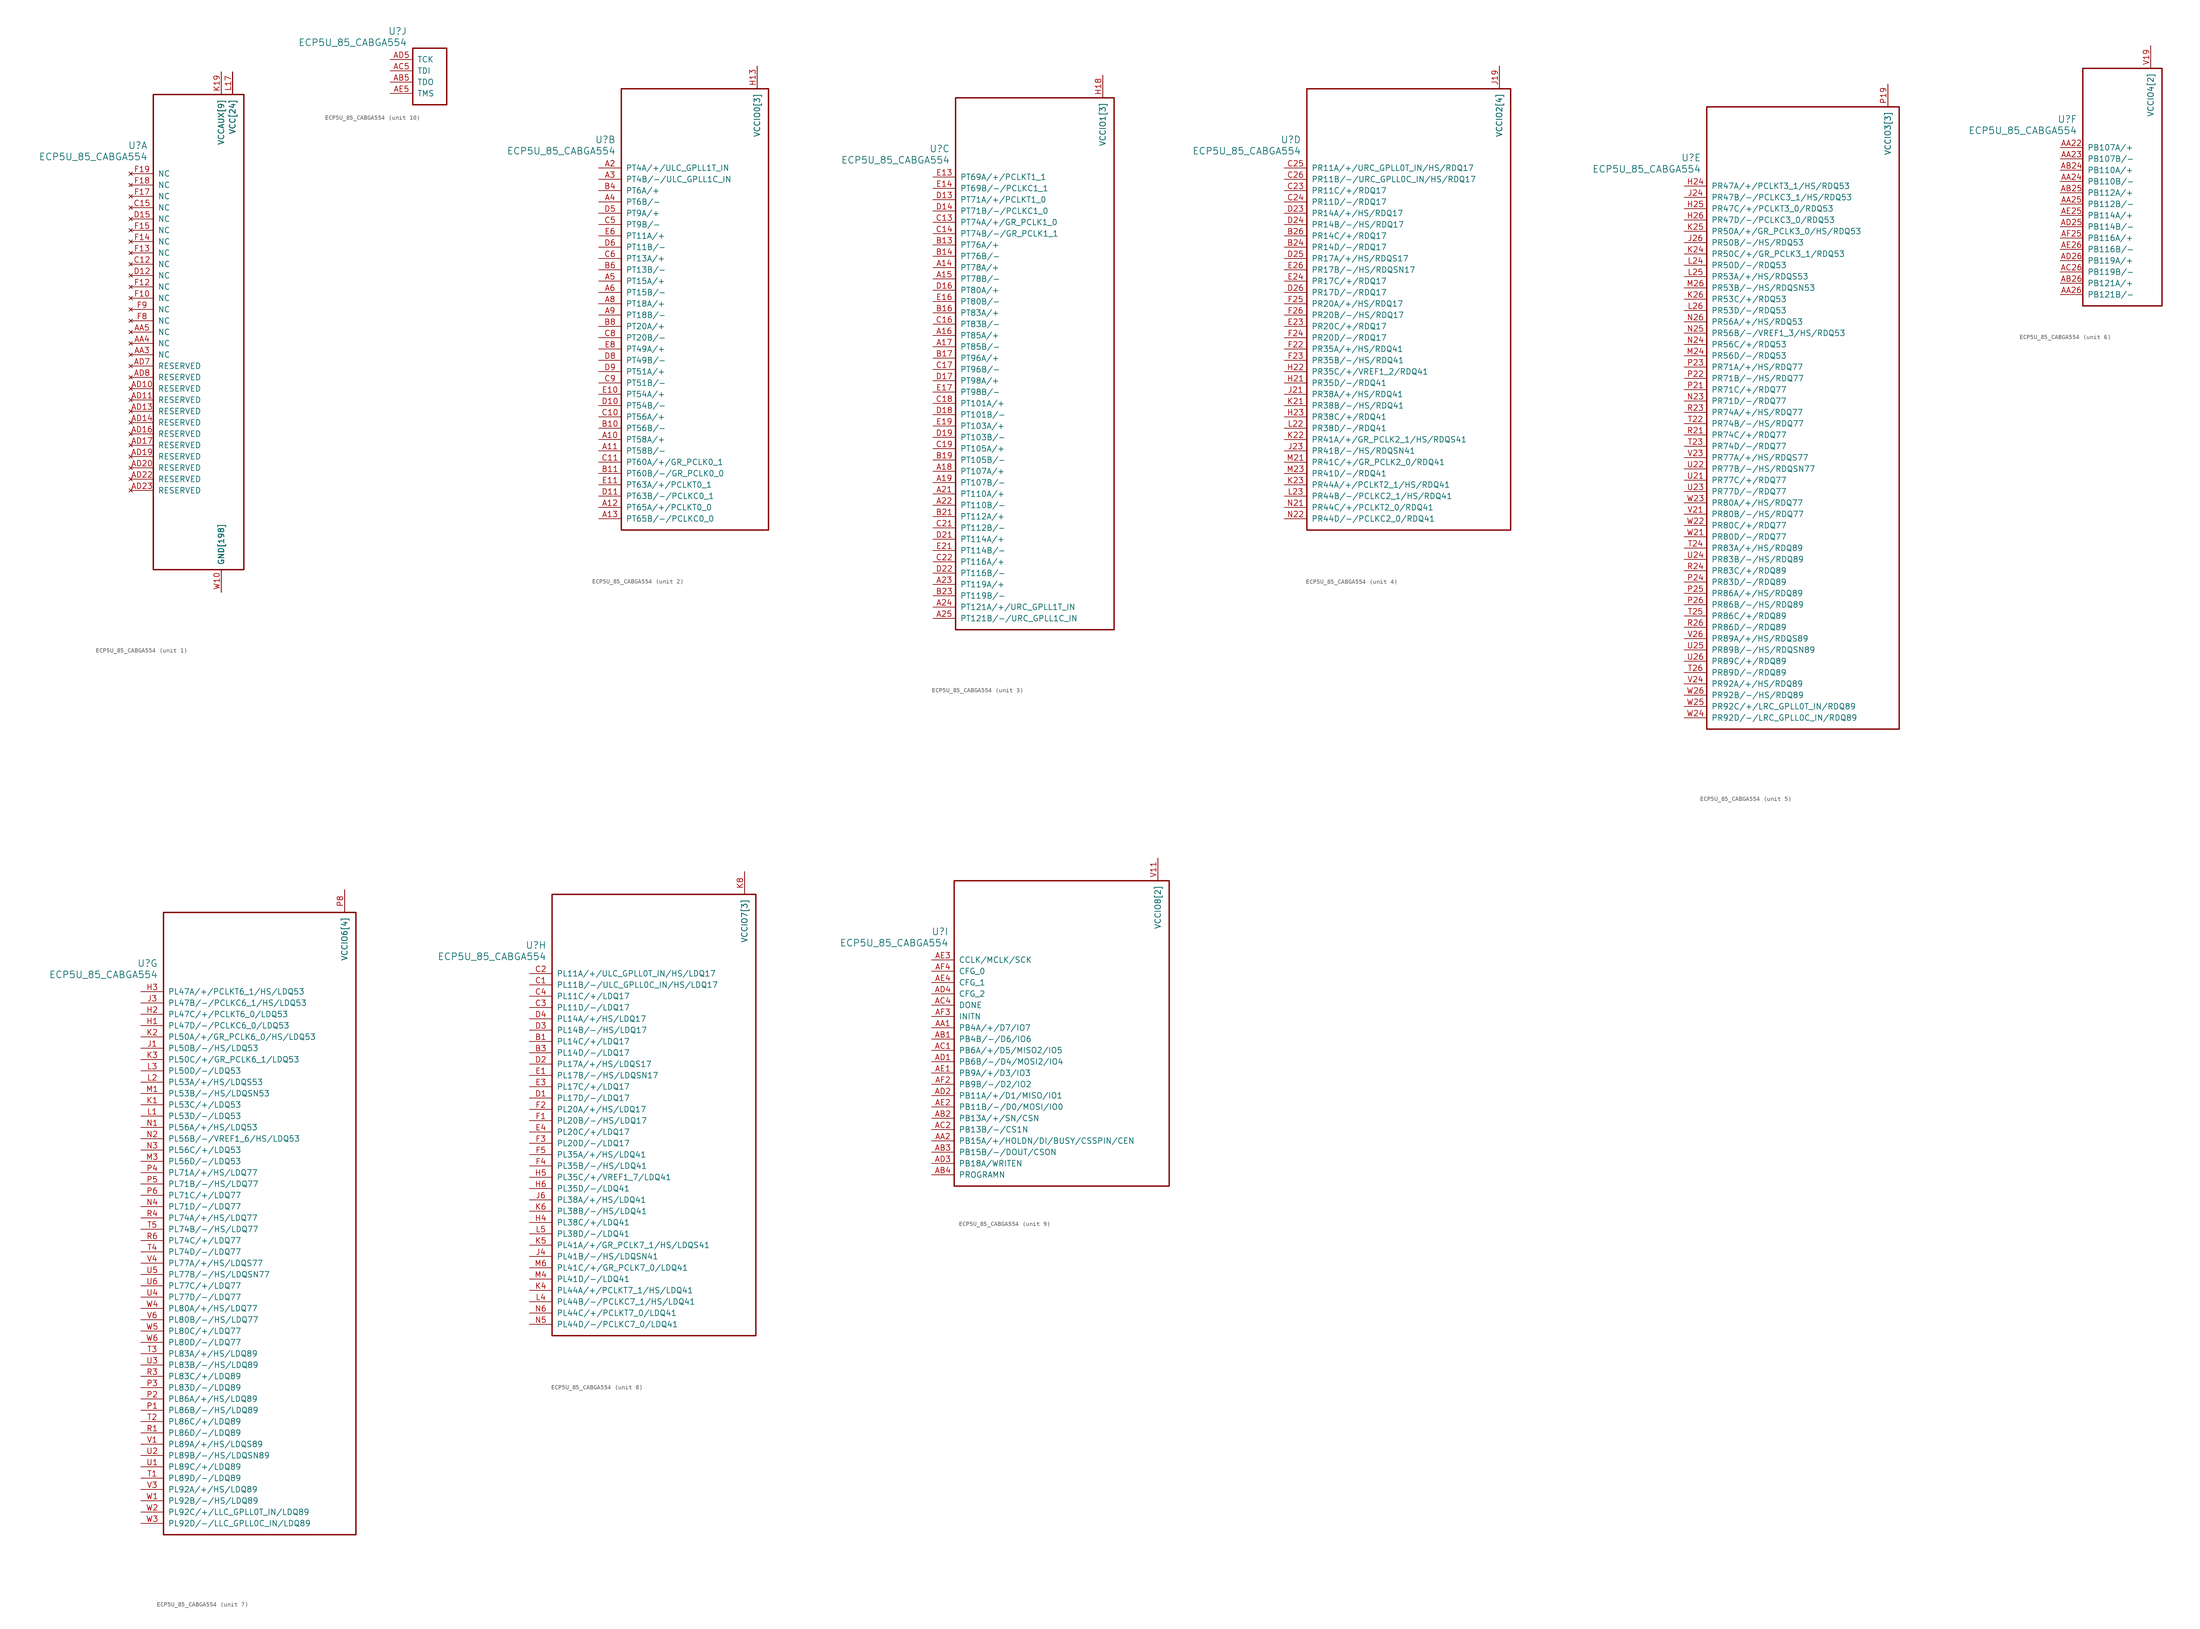
<source format=kicad_sym>
(kicad_symbol_lib
  (version 20231120)
  (generator "kicad_symbol_editor")
  (generator_version "8.0")
  (symbol "ECP5U_85_CABGA554"
    (pin_names
      (offset 1.016))
    (property "Reference" "U"
      (at 3.81 6.35 0)
      (effects (font (size 1.524 1.524)) (justify right)))
    (property "Value" "ECP5U_85_CABGA554"
      (at 3.81 3.81 0)
      (effects (font (size 1.524 1.524)) (justify right)))
    (property "ki_locked" ""
      (at 0 0 0)
      (effects (font (size 1.27 1.27))))
    (symbol "ECP5U_85_CABGA554_1_1"
      (rectangle (start 5.08 17.78) (end 25.4 -88.9) (stroke (width 0.305) (type default)) (fill (type none)))
      (pin power_in line (at 20.32 -93.98 90) (length 5.08) (name "GND[198]" (effects (font (size 1.27 1.27)))) (number "AA10" (effects (font (size 0 0)))))
      (pin power_in line (at 20.32 -93.98 90) (length 5.08) (name "GND[198]" (effects (font (size 1.27 1.27)))) (number "AA12" (effects (font (size 0 0)))))
      (pin power_in line (at 20.32 -93.98 90) (length 5.08) (name "GND[198]" (effects (font (size 1.27 1.27)))) (number "AA13" (effects (font (size 0 0)))))
      (pin power_in line (at 20.32 -93.98 90) (length 5.08) (name "GND[198]" (effects (font (size 1.27 1.27)))) (number "AA14" (effects (font (size 0 0)))))
      (pin power_in line (at 20.32 -93.98 90) (length 5.08) (name "GND[198]" (effects (font (size 1.27 1.27)))) (number "AA15" (effects (font (size 0 0)))))
      (pin power_in line (at 20.32 -93.98 90) (length 5.08) (name "GND[198]" (effects (font (size 1.27 1.27)))) (number "AA17" (effects (font (size 0 0)))))
      (pin power_in line (at 20.32 -93.98 90) (length 5.08) (name "GND[198]" (effects (font (size 1.27 1.27)))) (number "AA18" (effects (font (size 0 0)))))
      (pin power_in line (at 20.32 -93.98 90) (length 5.08) (name "GND[198]" (effects (font (size 1.27 1.27)))) (number "AA20" (effects (font (size 0 0)))))
      (pin no_connect line (at 0 -40.64 0) (length 5.08) (name "NC" (effects (font (size 1.27 1.27)))) (number "AA3" (effects (font (size 1.27 1.27)))))
      (pin no_connect line (at 0 -38.1 0) (length 5.08) (name "NC" (effects (font (size 1.27 1.27)))) (number "AA4" (effects (font (size 1.27 1.27)))))
      (pin no_connect line (at 0 -35.56 0) (length 5.08) (name "NC" (effects (font (size 1.27 1.27)))) (number "AA5" (effects (font (size 1.27 1.27)))))
      (pin power_in line (at 20.32 -93.98 90) (length 5.08) (name "GND[198]" (effects (font (size 1.27 1.27)))) (number "AA7" (effects (font (size 0 0)))))
      (pin power_in line (at 20.32 -93.98 90) (length 5.08) (name "GND[198]" (effects (font (size 1.27 1.27)))) (number "AA9" (effects (font (size 0 0)))))
      (pin power_in line (at 20.32 -93.98 90) (length 5.08) (name "GND[198]" (effects (font (size 1.27 1.27)))) (number "AB10" (effects (font (size 0 0)))))
      (pin power_in line (at 20.32 -93.98 90) (length 5.08) (name "GND[198]" (effects (font (size 1.27 1.27)))) (number "AB12" (effects (font (size 0 0)))))
      (pin power_in line (at 20.32 -93.98 90) (length 5.08) (name "GND[198]" (effects (font (size 1.27 1.27)))) (number "AB13" (effects (font (size 0 0)))))
      (pin power_in line (at 20.32 -93.98 90) (length 5.08) (name "GND[198]" (effects (font (size 1.27 1.27)))) (number "AB14" (effects (font (size 0 0)))))
      (pin power_in line (at 20.32 -93.98 90) (length 5.08) (name "GND[198]" (effects (font (size 1.27 1.27)))) (number "AB15" (effects (font (size 0 0)))))
      (pin power_in line (at 20.32 -93.98 90) (length 5.08) (name "GND[198]" (effects (font (size 1.27 1.27)))) (number "AB17" (effects (font (size 0 0)))))
      (pin power_in line (at 20.32 -93.98 90) (length 5.08) (name "GND[198]" (effects (font (size 1.27 1.27)))) (number "AB18" (effects (font (size 0 0)))))
      (pin power_in line (at 20.32 -93.98 90) (length 5.08) (name "GND[198]" (effects (font (size 1.27 1.27)))) (number "AB20" (effects (font (size 0 0)))))
      (pin power_in line (at 20.32 -93.98 90) (length 5.08) (name "GND[198]" (effects (font (size 1.27 1.27)))) (number "AB21" (effects (font (size 0 0)))))
      (pin power_in line (at 20.32 -93.98 90) (length 5.08) (name "GND[198]" (effects (font (size 1.27 1.27)))) (number "AB22" (effects (font (size 0 0)))))
      (pin power_in line (at 20.32 -93.98 90) (length 5.08) (name "GND[198]" (effects (font (size 1.27 1.27)))) (number "AB23" (effects (font (size 0 0)))))
      (pin power_in line (at 20.32 -93.98 90) (length 5.08) (name "GND[198]" (effects (font (size 1.27 1.27)))) (number "AB6" (effects (font (size 0 0)))))
      (pin power_in line (at 20.32 -93.98 90) (length 5.08) (name "GND[198]" (effects (font (size 1.27 1.27)))) (number "AB7" (effects (font (size 0 0)))))
      (pin power_in line (at 20.32 -93.98 90) (length 5.08) (name "GND[198]" (effects (font (size 1.27 1.27)))) (number "AB9" (effects (font (size 0 0)))))
      (pin power_in line (at 20.32 -93.98 90) (length 5.08) (name "GND[198]" (effects (font (size 1.27 1.27)))) (number "AC10" (effects (font (size 0 0)))))
      (pin power_in line (at 20.32 -93.98 90) (length 5.08) (name "GND[198]" (effects (font (size 1.27 1.27)))) (number "AC11" (effects (font (size 0 0)))))
      (pin power_in line (at 20.32 -93.98 90) (length 5.08) (name "GND[198]" (effects (font (size 1.27 1.27)))) (number "AC12" (effects (font (size 0 0)))))
      (pin power_in line (at 20.32 -93.98 90) (length 5.08) (name "GND[198]" (effects (font (size 1.27 1.27)))) (number "AC13" (effects (font (size 0 0)))))
      (pin power_in line (at 20.32 -93.98 90) (length 5.08) (name "GND[198]" (effects (font (size 1.27 1.27)))) (number "AC14" (effects (font (size 0 0)))))
      (pin power_in line (at 20.32 -93.98 90) (length 5.08) (name "GND[198]" (effects (font (size 1.27 1.27)))) (number "AC15" (effects (font (size 0 0)))))
      (pin power_in line (at 20.32 -93.98 90) (length 5.08) (name "GND[198]" (effects (font (size 1.27 1.27)))) (number "AC16" (effects (font (size 0 0)))))
      (pin power_in line (at 20.32 -93.98 90) (length 5.08) (name "GND[198]" (effects (font (size 1.27 1.27)))) (number "AC17" (effects (font (size 0 0)))))
      (pin power_in line (at 20.32 -93.98 90) (length 5.08) (name "GND[198]" (effects (font (size 1.27 1.27)))) (number "AC18" (effects (font (size 0 0)))))
      (pin power_in line (at 20.32 -93.98 90) (length 5.08) (name "GND[198]" (effects (font (size 1.27 1.27)))) (number "AC19" (effects (font (size 0 0)))))
      (pin power_in line (at 20.32 -93.98 90) (length 5.08) (name "GND[198]" (effects (font (size 1.27 1.27)))) (number "AC20" (effects (font (size 0 0)))))
      (pin power_in line (at 20.32 -93.98 90) (length 5.08) (name "GND[198]" (effects (font (size 1.27 1.27)))) (number "AC21" (effects (font (size 0 0)))))
      (pin power_in line (at 20.32 -93.98 90) (length 5.08) (name "GND[198]" (effects (font (size 1.27 1.27)))) (number "AC22" (effects (font (size 0 0)))))
      (pin power_in line (at 20.32 -93.98 90) (length 5.08) (name "GND[198]" (effects (font (size 1.27 1.27)))) (number "AC23" (effects (font (size 0 0)))))
      (pin power_in line (at 20.32 -93.98 90) (length 5.08) (name "GND[198]" (effects (font (size 1.27 1.27)))) (number "AC24" (effects (font (size 0 0)))))
      (pin power_in line (at 20.32 -93.98 90) (length 5.08) (name "GND[198]" (effects (font (size 1.27 1.27)))) (number "AC25" (effects (font (size 0 0)))))
      (pin power_in line (at 20.32 -93.98 90) (length 5.08) (name "GND[198]" (effects (font (size 1.27 1.27)))) (number "AC3" (effects (font (size 0 0)))))
      (pin power_in line (at 20.32 -93.98 90) (length 5.08) (name "GND[198]" (effects (font (size 1.27 1.27)))) (number "AC6" (effects (font (size 0 0)))))
      (pin power_in line (at 20.32 -93.98 90) (length 5.08) (name "GND[198]" (effects (font (size 1.27 1.27)))) (number "AC7" (effects (font (size 0 0)))))
      (pin power_in line (at 20.32 -93.98 90) (length 5.08) (name "GND[198]" (effects (font (size 1.27 1.27)))) (number "AC8" (effects (font (size 0 0)))))
      (pin power_in line (at 20.32 -93.98 90) (length 5.08) (name "GND[198]" (effects (font (size 1.27 1.27)))) (number "AC9" (effects (font (size 0 0)))))
      (pin no_connect line (at 0 -48.26 0) (length 5.08) (name "RESERVED" (effects (font (size 1.27 1.27)))) (number "AD10" (effects (font (size 1.27 1.27)))))
      (pin no_connect line (at 0 -50.8 0) (length 5.08) (name "RESERVED" (effects (font (size 1.27 1.27)))) (number "AD11" (effects (font (size 1.27 1.27)))))
      (pin power_in line (at 20.32 -93.98 90) (length 5.08) (name "GND[198]" (effects (font (size 1.27 1.27)))) (number "AD12" (effects (font (size 0 0)))))
      (pin no_connect line (at 0 -53.34 0) (length 5.08) (name "RESERVED" (effects (font (size 1.27 1.27)))) (number "AD13" (effects (font (size 1.27 1.27)))))
      (pin no_connect line (at 0 -55.88 0) (length 5.08) (name "RESERVED" (effects (font (size 1.27 1.27)))) (number "AD14" (effects (font (size 1.27 1.27)))))
      (pin power_in line (at 20.32 -93.98 90) (length 5.08) (name "GND[198]" (effects (font (size 1.27 1.27)))) (number "AD15" (effects (font (size 0 0)))))
      (pin no_connect line (at 0 -58.42 0) (length 5.08) (name "RESERVED" (effects (font (size 1.27 1.27)))) (number "AD16" (effects (font (size 1.27 1.27)))))
      (pin no_connect line (at 0 -60.96 0) (length 5.08) (name "RESERVED" (effects (font (size 1.27 1.27)))) (number "AD17" (effects (font (size 1.27 1.27)))))
      (pin power_in line (at 20.32 -93.98 90) (length 5.08) (name "GND[198]" (effects (font (size 1.27 1.27)))) (number "AD18" (effects (font (size 0 0)))))
      (pin no_connect line (at 0 -63.5 0) (length 5.08) (name "RESERVED" (effects (font (size 1.27 1.27)))) (number "AD19" (effects (font (size 1.27 1.27)))))
      (pin no_connect line (at 0 -66.04 0) (length 5.08) (name "RESERVED" (effects (font (size 1.27 1.27)))) (number "AD20" (effects (font (size 1.27 1.27)))))
      (pin power_in line (at 20.32 -93.98 90) (length 5.08) (name "GND[198]" (effects (font (size 1.27 1.27)))) (number "AD21" (effects (font (size 0 0)))))
      (pin no_connect line (at 0 -68.58 0) (length 5.08) (name "RESERVED" (effects (font (size 1.27 1.27)))) (number "AD22" (effects (font (size 1.27 1.27)))))
      (pin no_connect line (at 0 -71.12 0) (length 5.08) (name "RESERVED" (effects (font (size 1.27 1.27)))) (number "AD23" (effects (font (size 1.27 1.27)))))
      (pin power_in line (at 20.32 -93.98 90) (length 5.08) (name "GND[198]" (effects (font (size 1.27 1.27)))) (number "AD24" (effects (font (size 0 0)))))
      (pin power_in line (at 20.32 -93.98 90) (length 5.08) (name "GND[198]" (effects (font (size 1.27 1.27)))) (number "AD6" (effects (font (size 0 0)))))
      (pin no_connect line (at 0 -43.18 0) (length 5.08) (name "RESERVED" (effects (font (size 1.27 1.27)))) (number "AD7" (effects (font (size 1.27 1.27)))))
      (pin no_connect line (at 0 -45.72 0) (length 5.08) (name "RESERVED" (effects (font (size 1.27 1.27)))) (number "AD8" (effects (font (size 1.27 1.27)))))
      (pin power_in line (at 20.32 -93.98 90) (length 5.08) (name "GND[198]" (effects (font (size 1.27 1.27)))) (number "AD9" (effects (font (size 0 0)))))
      (pin power_in line (at 20.32 -93.98 90) (length 5.08) (name "GND[198]" (effects (font (size 1.27 1.27)))) (number "AE10" (effects (font (size 0 0)))))
      (pin power_in line (at 20.32 -93.98 90) (length 5.08) (name "GND[198]" (effects (font (size 1.27 1.27)))) (number "AE12" (effects (font (size 0 0)))))
      (pin power_in line (at 20.32 -93.98 90) (length 5.08) (name "GND[198]" (effects (font (size 1.27 1.27)))) (number "AE13" (effects (font (size 0 0)))))
      (pin power_in line (at 20.32 -93.98 90) (length 5.08) (name "GND[198]" (effects (font (size 1.27 1.27)))) (number "AE15" (effects (font (size 0 0)))))
      (pin power_in line (at 20.32 -93.98 90) (length 5.08) (name "GND[198]" (effects (font (size 1.27 1.27)))) (number "AE16" (effects (font (size 0 0)))))
      (pin power_in line (at 20.32 -93.98 90) (length 5.08) (name "GND[198]" (effects (font (size 1.27 1.27)))) (number "AE18" (effects (font (size 0 0)))))
      (pin power_in line (at 20.32 -93.98 90) (length 5.08) (name "GND[198]" (effects (font (size 1.27 1.27)))) (number "AE19" (effects (font (size 0 0)))))
      (pin power_in line (at 20.32 -93.98 90) (length 5.08) (name "GND[198]" (effects (font (size 1.27 1.27)))) (number "AE21" (effects (font (size 0 0)))))
      (pin power_in line (at 20.32 -93.98 90) (length 5.08) (name "GND[198]" (effects (font (size 1.27 1.27)))) (number "AE22" (effects (font (size 0 0)))))
      (pin power_in line (at 20.32 -93.98 90) (length 5.08) (name "GND[198]" (effects (font (size 1.27 1.27)))) (number "AE24" (effects (font (size 0 0)))))
      (pin power_in line (at 20.32 -93.98 90) (length 5.08) (name "GND[198]" (effects (font (size 1.27 1.27)))) (number "AE6" (effects (font (size 0 0)))))
      (pin power_in line (at 20.32 -93.98 90) (length 5.08) (name "GND[198]" (effects (font (size 1.27 1.27)))) (number "AE7" (effects (font (size 0 0)))))
      (pin power_in line (at 20.32 -93.98 90) (length 5.08) (name "GND[198]" (effects (font (size 1.27 1.27)))) (number "AE9" (effects (font (size 0 0)))))
      (pin power_in line (at 20.32 -93.98 90) (length 5.08) (name "GND[198]" (effects (font (size 1.27 1.27)))) (number "AF10" (effects (font (size 0 0)))))
      (pin power_in line (at 20.32 -93.98 90) (length 5.08) (name "GND[198]" (effects (font (size 1.27 1.27)))) (number "AF12" (effects (font (size 0 0)))))
      (pin power_in line (at 20.32 -93.98 90) (length 5.08) (name "GND[198]" (effects (font (size 1.27 1.27)))) (number "AF13" (effects (font (size 0 0)))))
      (pin power_in line (at 20.32 -93.98 90) (length 5.08) (name "GND[198]" (effects (font (size 1.27 1.27)))) (number "AF15" (effects (font (size 0 0)))))
      (pin power_in line (at 20.32 -93.98 90) (length 5.08) (name "GND[198]" (effects (font (size 1.27 1.27)))) (number "AF16" (effects (font (size 0 0)))))
      (pin power_in line (at 20.32 -93.98 90) (length 5.08) (name "GND[198]" (effects (font (size 1.27 1.27)))) (number "AF18" (effects (font (size 0 0)))))
      (pin power_in line (at 20.32 -93.98 90) (length 5.08) (name "GND[198]" (effects (font (size 1.27 1.27)))) (number "AF19" (effects (font (size 0 0)))))
      (pin power_in line (at 20.32 -93.98 90) (length 5.08) (name "GND[198]" (effects (font (size 1.27 1.27)))) (number "AF21" (effects (font (size 0 0)))))
      (pin power_in line (at 20.32 -93.98 90) (length 5.08) (name "GND[198]" (effects (font (size 1.27 1.27)))) (number "AF22" (effects (font (size 0 0)))))
      (pin power_in line (at 20.32 -93.98 90) (length 5.08) (name "GND[198]" (effects (font (size 1.27 1.27)))) (number "AF24" (effects (font (size 0 0)))))
      (pin power_in line (at 20.32 -93.98 90) (length 5.08) (name "GND[198]" (effects (font (size 1.27 1.27)))) (number "AF5" (effects (font (size 0 0)))))
      (pin power_in line (at 20.32 -93.98 90) (length 5.08) (name "GND[198]" (effects (font (size 1.27 1.27)))) (number "AF6" (effects (font (size 0 0)))))
      (pin power_in line (at 20.32 -93.98 90) (length 5.08) (name "GND[198]" (effects (font (size 1.27 1.27)))) (number "AF7" (effects (font (size 0 0)))))
      (pin power_in line (at 20.32 -93.98 90) (length 5.08) (name "GND[198]" (effects (font (size 1.27 1.27)))) (number "AF9" (effects (font (size 0 0)))))
      (pin power_in line (at 20.32 -93.98 90) (length 5.08) (name "GND[198]" (effects (font (size 1.27 1.27)))) (number "B12" (effects (font (size 0 0)))))
      (pin power_in line (at 20.32 -93.98 90) (length 5.08) (name "GND[198]" (effects (font (size 1.27 1.27)))) (number "B15" (effects (font (size 0 0)))))
      (pin power_in line (at 20.32 -93.98 90) (length 5.08) (name "GND[198]" (effects (font (size 1.27 1.27)))) (number "B18" (effects (font (size 0 0)))))
      (pin power_in line (at 20.32 -93.98 90) (length 5.08) (name "GND[198]" (effects (font (size 1.27 1.27)))) (number "B2" (effects (font (size 0 0)))))
      (pin power_in line (at 20.32 -93.98 90) (length 5.08) (name "GND[198]" (effects (font (size 1.27 1.27)))) (number "B22" (effects (font (size 0 0)))))
      (pin power_in line (at 20.32 -93.98 90) (length 5.08) (name "GND[198]" (effects (font (size 1.27 1.27)))) (number "B25" (effects (font (size 0 0)))))
      (pin power_in line (at 20.32 -93.98 90) (length 5.08) (name "GND[198]" (effects (font (size 1.27 1.27)))) (number "B5" (effects (font (size 0 0)))))
      (pin power_in line (at 20.32 -93.98 90) (length 5.08) (name "GND[198]" (effects (font (size 1.27 1.27)))) (number "B9" (effects (font (size 0 0)))))
      (pin no_connect line (at 0 -20.32 0) (length 5.08) (name "NC" (effects (font (size 1.27 1.27)))) (number "C12" (effects (font (size 1.27 1.27)))))
      (pin no_connect line (at 0 -7.62 0) (length 5.08) (name "NC" (effects (font (size 1.27 1.27)))) (number "C15" (effects (font (size 1.27 1.27)))))
      (pin no_connect line (at 0 -22.86 0) (length 5.08) (name "NC" (effects (font (size 1.27 1.27)))) (number "D12" (effects (font (size 1.27 1.27)))))
      (pin no_connect line (at 0 -10.16 0) (length 5.08) (name "NC" (effects (font (size 1.27 1.27)))) (number "D15" (effects (font (size 1.27 1.27)))))
      (pin power_in line (at 20.32 -93.98 90) (length 5.08) (name "GND[198]" (effects (font (size 1.27 1.27)))) (number "E12" (effects (font (size 0 0)))))
      (pin power_in line (at 20.32 -93.98 90) (length 5.08) (name "GND[198]" (effects (font (size 1.27 1.27)))) (number "E15" (effects (font (size 0 0)))))
      (pin power_in line (at 20.32 -93.98 90) (length 5.08) (name "GND[198]" (effects (font (size 1.27 1.27)))) (number "E18" (effects (font (size 0 0)))))
      (pin power_in line (at 20.32 -93.98 90) (length 5.08) (name "GND[198]" (effects (font (size 1.27 1.27)))) (number "E2" (effects (font (size 0 0)))))
      (pin power_in line (at 20.32 -93.98 90) (length 5.08) (name "GND[198]" (effects (font (size 1.27 1.27)))) (number "E22" (effects (font (size 0 0)))))
      (pin power_in line (at 20.32 -93.98 90) (length 5.08) (name "GND[198]" (effects (font (size 1.27 1.27)))) (number "E25" (effects (font (size 0 0)))))
      (pin power_in line (at 20.32 -93.98 90) (length 5.08) (name "GND[198]" (effects (font (size 1.27 1.27)))) (number "E5" (effects (font (size 0 0)))))
      (pin power_in line (at 20.32 -93.98 90) (length 5.08) (name "GND[198]" (effects (font (size 1.27 1.27)))) (number "E9" (effects (font (size 0 0)))))
      (pin no_connect line (at 0 -27.94 0) (length 5.08) (name "NC" (effects (font (size 1.27 1.27)))) (number "F10" (effects (font (size 1.27 1.27)))))
      (pin no_connect line (at 0 -25.4 0) (length 5.08) (name "NC" (effects (font (size 1.27 1.27)))) (number "F12" (effects (font (size 1.27 1.27)))))
      (pin no_connect line (at 0 -17.78 0) (length 5.08) (name "NC" (effects (font (size 1.27 1.27)))) (number "F13" (effects (font (size 1.27 1.27)))))
      (pin no_connect line (at 0 -15.24 0) (length 5.08) (name "NC" (effects (font (size 1.27 1.27)))) (number "F14" (effects (font (size 1.27 1.27)))))
      (pin no_connect line (at 0 -12.7 0) (length 5.08) (name "NC" (effects (font (size 1.27 1.27)))) (number "F15" (effects (font (size 1.27 1.27)))))
      (pin no_connect line (at 0 -5.08 0) (length 5.08) (name "NC" (effects (font (size 1.27 1.27)))) (number "F17" (effects (font (size 1.27 1.27)))))
      (pin no_connect line (at 0 -2.54 0) (length 5.08) (name "NC" (effects (font (size 1.27 1.27)))) (number "F18" (effects (font (size 1.27 1.27)))))
      (pin no_connect line (at 0 0 0) (length 5.08) (name "NC" (effects (font (size 1.27 1.27)))) (number "F19" (effects (font (size 1.27 1.27)))))
      (pin no_connect line (at 0 -33.02 0) (length 5.08) (name "NC" (effects (font (size 1.27 1.27)))) (number "F8" (effects (font (size 1.27 1.27)))))
      (pin no_connect line (at 0 -30.48 0) (length 5.08) (name "NC" (effects (font (size 1.27 1.27)))) (number "F9" (effects (font (size 1.27 1.27)))))
      (pin power_in line (at 20.32 22.86 270) (length 5.08) (name "VCCAUX[9]" (effects (font (size 1.27 1.27)))) (number "H11" (effects (font (size 0 0)))))
      (pin power_in line (at 20.32 22.86 270) (length 5.08) (name "VCCAUX[9]" (effects (font (size 1.27 1.27)))) (number "H14" (effects (font (size 0 0)))))
      (pin power_in line (at 20.32 22.86 270) (length 5.08) (name "VCCAUX[9]" (effects (font (size 1.27 1.27)))) (number "H17" (effects (font (size 0 0)))))
      (pin power_in line (at 20.32 -93.98 90) (length 5.08) (name "GND[198]" (effects (font (size 1.27 1.27)))) (number "H19" (effects (font (size 0 0)))))
      (pin power_in line (at 20.32 -93.98 90) (length 5.08) (name "GND[198]" (effects (font (size 1.27 1.27)))) (number "H8" (effects (font (size 0 0)))))
      (pin power_in line (at 20.32 -93.98 90) (length 5.08) (name "GND[198]" (effects (font (size 1.27 1.27)))) (number "H9" (effects (font (size 0 0)))))
      (pin power_in line (at 20.32 -93.98 90) (length 5.08) (name "GND[198]" (effects (font (size 1.27 1.27)))) (number "J10" (effects (font (size 0 0)))))
      (pin power_in line (at 20.32 -93.98 90) (length 5.08) (name "GND[198]" (effects (font (size 1.27 1.27)))) (number "J11" (effects (font (size 0 0)))))
      (pin power_in line (at 20.32 -93.98 90) (length 5.08) (name "GND[198]" (effects (font (size 1.27 1.27)))) (number "J12" (effects (font (size 0 0)))))
      (pin power_in line (at 20.32 -93.98 90) (length 5.08) (name "GND[198]" (effects (font (size 1.27 1.27)))) (number "J13" (effects (font (size 0 0)))))
      (pin power_in line (at 20.32 -93.98 90) (length 5.08) (name "GND[198]" (effects (font (size 1.27 1.27)))) (number "J14" (effects (font (size 0 0)))))
      (pin power_in line (at 20.32 -93.98 90) (length 5.08) (name "GND[198]" (effects (font (size 1.27 1.27)))) (number "J15" (effects (font (size 0 0)))))
      (pin power_in line (at 20.32 -93.98 90) (length 5.08) (name "GND[198]" (effects (font (size 1.27 1.27)))) (number "J16" (effects (font (size 0 0)))))
      (pin power_in line (at 20.32 -93.98 90) (length 5.08) (name "GND[198]" (effects (font (size 1.27 1.27)))) (number "J17" (effects (font (size 0 0)))))
      (pin power_in line (at 20.32 -93.98 90) (length 5.08) (name "GND[198]" (effects (font (size 1.27 1.27)))) (number "J18" (effects (font (size 0 0)))))
      (pin power_in line (at 20.32 -93.98 90) (length 5.08) (name "GND[198]" (effects (font (size 1.27 1.27)))) (number "J2" (effects (font (size 0 0)))))
      (pin power_in line (at 20.32 -93.98 90) (length 5.08) (name "GND[198]" (effects (font (size 1.27 1.27)))) (number "J22" (effects (font (size 0 0)))))
      (pin power_in line (at 20.32 -93.98 90) (length 5.08) (name "GND[198]" (effects (font (size 1.27 1.27)))) (number "J25" (effects (font (size 0 0)))))
      (pin power_in line (at 20.32 -93.98 90) (length 5.08) (name "GND[198]" (effects (font (size 1.27 1.27)))) (number "J5" (effects (font (size 0 0)))))
      (pin power_in line (at 20.32 -93.98 90) (length 5.08) (name "GND[198]" (effects (font (size 1.27 1.27)))) (number "J8" (effects (font (size 0 0)))))
      (pin power_in line (at 20.32 -93.98 90) (length 5.08) (name "GND[198]" (effects (font (size 1.27 1.27)))) (number "J9" (effects (font (size 0 0)))))
      (pin power_in line (at 20.32 -93.98 90) (length 5.08) (name "GND[198]" (effects (font (size 1.27 1.27)))) (number "K10" (effects (font (size 0 0)))))
      (pin power_in line (at 22.86 22.86 270) (length 5.08) (name "VCC[24]" (effects (font (size 1.27 1.27)))) (number "K11" (effects (font (size 0 0)))))
      (pin power_in line (at 22.86 22.86 270) (length 5.08) (name "VCC[24]" (effects (font (size 1.27 1.27)))) (number "K12" (effects (font (size 0 0)))))
      (pin power_in line (at 22.86 22.86 270) (length 5.08) (name "VCC[24]" (effects (font (size 1.27 1.27)))) (number "K13" (effects (font (size 0 0)))))
      (pin power_in line (at 22.86 22.86 270) (length 5.08) (name "VCC[24]" (effects (font (size 1.27 1.27)))) (number "K14" (effects (font (size 0 0)))))
      (pin power_in line (at 22.86 22.86 270) (length 5.08) (name "VCC[24]" (effects (font (size 1.27 1.27)))) (number "K15" (effects (font (size 0 0)))))
      (pin power_in line (at 22.86 22.86 270) (length 5.08) (name "VCC[24]" (effects (font (size 1.27 1.27)))) (number "K16" (effects (font (size 0 0)))))
      (pin power_in line (at 20.32 -93.98 90) (length 5.08) (name "GND[198]" (effects (font (size 1.27 1.27)))) (number "K17" (effects (font (size 0 0)))))
      (pin power_in line (at 20.32 -93.98 90) (length 5.08) (name "GND[198]" (effects (font (size 1.27 1.27)))) (number "K18" (effects (font (size 0 0)))))
      (pin power_in line (at 20.32 22.86 270) (length 5.08) (name "VCCAUX[9]" (effects (font (size 1.27 1.27)))) (number "K19" (effects (font (size 1.27 1.27)))))
      (pin power_in line (at 20.32 -93.98 90) (length 5.08) (name "GND[198]" (effects (font (size 1.27 1.27)))) (number "K9" (effects (font (size 0 0)))))
      (pin power_in line (at 22.86 22.86 270) (length 5.08) (name "VCC[24]" (effects (font (size 1.27 1.27)))) (number "L10" (effects (font (size 0 0)))))
      (pin power_in line (at 20.32 -93.98 90) (length 5.08) (name "GND[198]" (effects (font (size 1.27 1.27)))) (number "L11" (effects (font (size 0 0)))))
      (pin power_in line (at 20.32 -93.98 90) (length 5.08) (name "GND[198]" (effects (font (size 1.27 1.27)))) (number "L12" (effects (font (size 0 0)))))
      (pin power_in line (at 20.32 -93.98 90) (length 5.08) (name "GND[198]" (effects (font (size 1.27 1.27)))) (number "L13" (effects (font (size 0 0)))))
      (pin power_in line (at 20.32 -93.98 90) (length 5.08) (name "GND[198]" (effects (font (size 1.27 1.27)))) (number "L14" (effects (font (size 0 0)))))
      (pin power_in line (at 20.32 -93.98 90) (length 5.08) (name "GND[198]" (effects (font (size 1.27 1.27)))) (number "L15" (effects (font (size 0 0)))))
      (pin power_in line (at 20.32 -93.98 90) (length 5.08) (name "GND[198]" (effects (font (size 1.27 1.27)))) (number "L16" (effects (font (size 0 0)))))
      (pin power_in line (at 22.86 22.86 270) (length 5.08) (name "VCC[24]" (effects (font (size 1.27 1.27)))) (number "L17" (effects (font (size 1.27 1.27)))))
      (pin power_in line (at 20.32 -93.98 90) (length 5.08) (name "GND[198]" (effects (font (size 1.27 1.27)))) (number "L18" (effects (font (size 0 0)))))
      (pin power_in line (at 20.32 22.86 270) (length 5.08) (name "VCCAUX[9]" (effects (font (size 1.27 1.27)))) (number "L8" (effects (font (size 0 0)))))
      (pin power_in line (at 20.32 -93.98 90) (length 5.08) (name "GND[198]" (effects (font (size 1.27 1.27)))) (number "L9" (effects (font (size 0 0)))))
      (pin power_in line (at 22.86 22.86 270) (length 5.08) (name "VCC[24]" (effects (font (size 1.27 1.27)))) (number "M10" (effects (font (size 0 0)))))
      (pin power_in line (at 20.32 -93.98 90) (length 5.08) (name "GND[198]" (effects (font (size 1.27 1.27)))) (number "M11" (effects (font (size 0 0)))))
      (pin power_in line (at 20.32 -93.98 90) (length 5.08) (name "GND[198]" (effects (font (size 1.27 1.27)))) (number "M12" (effects (font (size 0 0)))))
      (pin power_in line (at 20.32 -93.98 90) (length 5.08) (name "GND[198]" (effects (font (size 1.27 1.27)))) (number "M13" (effects (font (size 0 0)))))
      (pin power_in line (at 20.32 -93.98 90) (length 5.08) (name "GND[198]" (effects (font (size 1.27 1.27)))) (number "M14" (effects (font (size 0 0)))))
      (pin power_in line (at 20.32 -93.98 90) (length 5.08) (name "GND[198]" (effects (font (size 1.27 1.27)))) (number "M15" (effects (font (size 0 0)))))
      (pin power_in line (at 20.32 -93.98 90) (length 5.08) (name "GND[198]" (effects (font (size 1.27 1.27)))) (number "M16" (effects (font (size 0 0)))))
      (pin power_in line (at 22.86 22.86 270) (length 5.08) (name "VCC[24]" (effects (font (size 1.27 1.27)))) (number "M17" (effects (font (size 0 0)))))
      (pin power_in line (at 20.32 -93.98 90) (length 5.08) (name "GND[198]" (effects (font (size 1.27 1.27)))) (number "M18" (effects (font (size 0 0)))))
      (pin power_in line (at 20.32 -93.98 90) (length 5.08) (name "GND[198]" (effects (font (size 1.27 1.27)))) (number "M2" (effects (font (size 0 0)))))
      (pin power_in line (at 20.32 -93.98 90) (length 5.08) (name "GND[198]" (effects (font (size 1.27 1.27)))) (number "M22" (effects (font (size 0 0)))))
      (pin power_in line (at 20.32 -93.98 90) (length 5.08) (name "GND[198]" (effects (font (size 1.27 1.27)))) (number "M25" (effects (font (size 0 0)))))
      (pin power_in line (at 20.32 -93.98 90) (length 5.08) (name "GND[198]" (effects (font (size 1.27 1.27)))) (number "M5" (effects (font (size 0 0)))))
      (pin power_in line (at 20.32 -93.98 90) (length 5.08) (name "GND[198]" (effects (font (size 1.27 1.27)))) (number "M9" (effects (font (size 0 0)))))
      (pin power_in line (at 22.86 22.86 270) (length 5.08) (name "VCC[24]" (effects (font (size 1.27 1.27)))) (number "N10" (effects (font (size 0 0)))))
      (pin power_in line (at 20.32 -93.98 90) (length 5.08) (name "GND[198]" (effects (font (size 1.27 1.27)))) (number "N11" (effects (font (size 0 0)))))
      (pin power_in line (at 20.32 -93.98 90) (length 5.08) (name "GND[198]" (effects (font (size 1.27 1.27)))) (number "N12" (effects (font (size 0 0)))))
      (pin power_in line (at 20.32 -93.98 90) (length 5.08) (name "GND[198]" (effects (font (size 1.27 1.27)))) (number "N13" (effects (font (size 0 0)))))
      (pin power_in line (at 20.32 -93.98 90) (length 5.08) (name "GND[198]" (effects (font (size 1.27 1.27)))) (number "N14" (effects (font (size 0 0)))))
      (pin power_in line (at 20.32 -93.98 90) (length 5.08) (name "GND[198]" (effects (font (size 1.27 1.27)))) (number "N15" (effects (font (size 0 0)))))
      (pin power_in line (at 20.32 -93.98 90) (length 5.08) (name "GND[198]" (effects (font (size 1.27 1.27)))) (number "N16" (effects (font (size 0 0)))))
      (pin power_in line (at 22.86 22.86 270) (length 5.08) (name "VCC[24]" (effects (font (size 1.27 1.27)))) (number "N17" (effects (font (size 0 0)))))
      (pin power_in line (at 20.32 -93.98 90) (length 5.08) (name "GND[198]" (effects (font (size 1.27 1.27)))) (number "N18" (effects (font (size 0 0)))))
      (pin power_in line (at 20.32 -93.98 90) (length 5.08) (name "GND[198]" (effects (font (size 1.27 1.27)))) (number "N9" (effects (font (size 0 0)))))
      (pin power_in line (at 22.86 22.86 270) (length 5.08) (name "VCC[24]" (effects (font (size 1.27 1.27)))) (number "P10" (effects (font (size 0 0)))))
      (pin power_in line (at 20.32 -93.98 90) (length 5.08) (name "GND[198]" (effects (font (size 1.27 1.27)))) (number "P11" (effects (font (size 0 0)))))
      (pin power_in line (at 20.32 -93.98 90) (length 5.08) (name "GND[198]" (effects (font (size 1.27 1.27)))) (number "P12" (effects (font (size 0 0)))))
      (pin power_in line (at 20.32 -93.98 90) (length 5.08) (name "GND[198]" (effects (font (size 1.27 1.27)))) (number "P13" (effects (font (size 0 0)))))
      (pin power_in line (at 20.32 -93.98 90) (length 5.08) (name "GND[198]" (effects (font (size 1.27 1.27)))) (number "P14" (effects (font (size 0 0)))))
      (pin power_in line (at 20.32 -93.98 90) (length 5.08) (name "GND[198]" (effects (font (size 1.27 1.27)))) (number "P15" (effects (font (size 0 0)))))
      (pin power_in line (at 20.32 -93.98 90) (length 5.08) (name "GND[198]" (effects (font (size 1.27 1.27)))) (number "P16" (effects (font (size 0 0)))))
      (pin power_in line (at 22.86 22.86 270) (length 5.08) (name "VCC[24]" (effects (font (size 1.27 1.27)))) (number "P17" (effects (font (size 0 0)))))
      (pin power_in line (at 20.32 -93.98 90) (length 5.08) (name "GND[198]" (effects (font (size 1.27 1.27)))) (number "P18" (effects (font (size 0 0)))))
      (pin power_in line (at 20.32 -93.98 90) (length 5.08) (name "GND[198]" (effects (font (size 1.27 1.27)))) (number "P9" (effects (font (size 0 0)))))
      (pin power_in line (at 22.86 22.86 270) (length 5.08) (name "VCC[24]" (effects (font (size 1.27 1.27)))) (number "R10" (effects (font (size 0 0)))))
      (pin power_in line (at 20.32 -93.98 90) (length 5.08) (name "GND[198]" (effects (font (size 1.27 1.27)))) (number "R11" (effects (font (size 0 0)))))
      (pin power_in line (at 20.32 -93.98 90) (length 5.08) (name "GND[198]" (effects (font (size 1.27 1.27)))) (number "R12" (effects (font (size 0 0)))))
      (pin power_in line (at 20.32 -93.98 90) (length 5.08) (name "GND[198]" (effects (font (size 1.27 1.27)))) (number "R13" (effects (font (size 0 0)))))
      (pin power_in line (at 20.32 -93.98 90) (length 5.08) (name "GND[198]" (effects (font (size 1.27 1.27)))) (number "R14" (effects (font (size 0 0)))))
      (pin power_in line (at 20.32 -93.98 90) (length 5.08) (name "GND[198]" (effects (font (size 1.27 1.27)))) (number "R15" (effects (font (size 0 0)))))
      (pin power_in line (at 20.32 -93.98 90) (length 5.08) (name "GND[198]" (effects (font (size 1.27 1.27)))) (number "R16" (effects (font (size 0 0)))))
      (pin power_in line (at 22.86 22.86 270) (length 5.08) (name "VCC[24]" (effects (font (size 1.27 1.27)))) (number "R17" (effects (font (size 0 0)))))
      (pin power_in line (at 20.32 -93.98 90) (length 5.08) (name "GND[198]" (effects (font (size 1.27 1.27)))) (number "R18" (effects (font (size 0 0)))))
      (pin power_in line (at 20.32 -93.98 90) (length 5.08) (name "GND[198]" (effects (font (size 1.27 1.27)))) (number "R2" (effects (font (size 0 0)))))
      (pin power_in line (at 20.32 -93.98 90) (length 5.08) (name "GND[198]" (effects (font (size 1.27 1.27)))) (number "R22" (effects (font (size 0 0)))))
      (pin power_in line (at 20.32 -93.98 90) (length 5.08) (name "GND[198]" (effects (font (size 1.27 1.27)))) (number "R25" (effects (font (size 0 0)))))
      (pin power_in line (at 20.32 -93.98 90) (length 5.08) (name "GND[198]" (effects (font (size 1.27 1.27)))) (number "R5" (effects (font (size 0 0)))))
      (pin power_in line (at 20.32 -93.98 90) (length 5.08) (name "GND[198]" (effects (font (size 1.27 1.27)))) (number "R9" (effects (font (size 0 0)))))
      (pin power_in line (at 22.86 22.86 270) (length 5.08) (name "VCC[24]" (effects (font (size 1.27 1.27)))) (number "T10" (effects (font (size 0 0)))))
      (pin power_in line (at 22.86 22.86 270) (length 5.08) (name "VCC[24]" (effects (font (size 1.27 1.27)))) (number "T11" (effects (font (size 0 0)))))
      (pin power_in line (at 22.86 22.86 270) (length 5.08) (name "VCC[24]" (effects (font (size 1.27 1.27)))) (number "T12" (effects (font (size 0 0)))))
      (pin power_in line (at 22.86 22.86 270) (length 5.08) (name "VCC[24]" (effects (font (size 1.27 1.27)))) (number "T13" (effects (font (size 0 0)))))
      (pin power_in line (at 22.86 22.86 270) (length 5.08) (name "VCC[24]" (effects (font (size 1.27 1.27)))) (number "T14" (effects (font (size 0 0)))))
      (pin power_in line (at 22.86 22.86 270) (length 5.08) (name "VCC[24]" (effects (font (size 1.27 1.27)))) (number "T15" (effects (font (size 0 0)))))
      (pin power_in line (at 22.86 22.86 270) (length 5.08) (name "VCC[24]" (effects (font (size 1.27 1.27)))) (number "T16" (effects (font (size 0 0)))))
      (pin power_in line (at 22.86 22.86 270) (length 5.08) (name "VCC[24]" (effects (font (size 1.27 1.27)))) (number "T17" (effects (font (size 0 0)))))
      (pin power_in line (at 20.32 -93.98 90) (length 5.08) (name "GND[198]" (effects (font (size 1.27 1.27)))) (number "T18" (effects (font (size 0 0)))))
      (pin power_in line (at 20.32 22.86 270) (length 5.08) (name "VCCAUX[9]" (effects (font (size 1.27 1.27)))) (number "T19" (effects (font (size 0 0)))))
      (pin power_in line (at 20.32 22.86 270) (length 5.08) (name "VCCAUX[9]" (effects (font (size 1.27 1.27)))) (number "T8" (effects (font (size 0 0)))))
      (pin power_in line (at 20.32 -93.98 90) (length 5.08) (name "GND[198]" (effects (font (size 1.27 1.27)))) (number "T9" (effects (font (size 0 0)))))
      (pin power_in line (at 20.32 -93.98 90) (length 5.08) (name "GND[198]" (effects (font (size 1.27 1.27)))) (number "U10" (effects (font (size 0 0)))))
      (pin power_in line (at 20.32 -93.98 90) (length 5.08) (name "GND[198]" (effects (font (size 1.27 1.27)))) (number "U11" (effects (font (size 0 0)))))
      (pin power_in line (at 20.32 -93.98 90) (length 5.08) (name "GND[198]" (effects (font (size 1.27 1.27)))) (number "U12" (effects (font (size 0 0)))))
      (pin power_in line (at 20.32 -93.98 90) (length 5.08) (name "GND[198]" (effects (font (size 1.27 1.27)))) (number "U13" (effects (font (size 0 0)))))
      (pin power_in line (at 20.32 -93.98 90) (length 5.08) (name "GND[198]" (effects (font (size 1.27 1.27)))) (number "U14" (effects (font (size 0 0)))))
      (pin power_in line (at 20.32 -93.98 90) (length 5.08) (name "GND[198]" (effects (font (size 1.27 1.27)))) (number "U15" (effects (font (size 0 0)))))
      (pin power_in line (at 20.32 -93.98 90) (length 5.08) (name "GND[198]" (effects (font (size 1.27 1.27)))) (number "U16" (effects (font (size 0 0)))))
      (pin power_in line (at 20.32 -93.98 90) (length 5.08) (name "GND[198]" (effects (font (size 1.27 1.27)))) (number "U17" (effects (font (size 0 0)))))
      (pin power_in line (at 20.32 -93.98 90) (length 5.08) (name "GND[198]" (effects (font (size 1.27 1.27)))) (number "U18" (effects (font (size 0 0)))))
      (pin power_in line (at 20.32 -93.98 90) (length 5.08) (name "GND[198]" (effects (font (size 1.27 1.27)))) (number "U9" (effects (font (size 0 0)))))
      (pin power_in line (at 20.32 -93.98 90) (length 5.08) (name "GND[198]" (effects (font (size 1.27 1.27)))) (number "V12" (effects (font (size 0 0)))))
      (pin power_in line (at 20.32 -93.98 90) (length 5.08) (name "GND[198]" (effects (font (size 1.27 1.27)))) (number "V13" (effects (font (size 0 0)))))
      (pin power_in line (at 20.32 -93.98 90) (length 5.08) (name "GND[198]" (effects (font (size 1.27 1.27)))) (number "V14" (effects (font (size 0 0)))))
      (pin power_in line (at 20.32 -93.98 90) (length 5.08) (name "GND[198]" (effects (font (size 1.27 1.27)))) (number "V15" (effects (font (size 0 0)))))
      (pin power_in line (at 20.32 -93.98 90) (length 5.08) (name "GND[198]" (effects (font (size 1.27 1.27)))) (number "V16" (effects (font (size 0 0)))))
      (pin power_in line (at 20.32 -93.98 90) (length 5.08) (name "GND[198]" (effects (font (size 1.27 1.27)))) (number "V17" (effects (font (size 0 0)))))
      (pin power_in line (at 20.32 -93.98 90) (length 5.08) (name "GND[198]" (effects (font (size 1.27 1.27)))) (number "V2" (effects (font (size 0 0)))))
      (pin power_in line (at 20.32 -93.98 90) (length 5.08) (name "GND[198]" (effects (font (size 1.27 1.27)))) (number "V22" (effects (font (size 0 0)))))
      (pin power_in line (at 20.32 -93.98 90) (length 5.08) (name "GND[198]" (effects (font (size 1.27 1.27)))) (number "V25" (effects (font (size 0 0)))))
      (pin power_in line (at 20.32 -93.98 90) (length 5.08) (name "GND[198]" (effects (font (size 1.27 1.27)))) (number "V5" (effects (font (size 0 0)))))
      (pin power_in line (at 20.32 -93.98 90) (length 5.08) (name "GND[198]" (effects (font (size 1.27 1.27)))) (number "V9" (effects (font (size 0 0)))))
      (pin power_in line (at 20.32 -93.98 90) (length 5.08) (name "GND[198]" (effects (font (size 1.27 1.27)))) (number "W10" (effects (font (size 1.27 1.27)))))
      (pin power_in line (at 20.32 -93.98 90) (length 5.08) (name "GND[198]" (effects (font (size 1.27 1.27)))) (number "W11" (effects (font (size 0 0)))))
      (pin power_in line (at 20.32 -93.98 90) (length 5.08) (name "GND[198]" (effects (font (size 1.27 1.27)))) (number "W12" (effects (font (size 0 0)))))
      (pin power_in line (at 20.32 -93.98 90) (length 5.08) (name "GND[198]" (effects (font (size 1.27 1.27)))) (number "W13" (effects (font (size 0 0)))))
      (pin power_in line (at 20.32 -93.98 90) (length 5.08) (name "GND[198]" (effects (font (size 1.27 1.27)))) (number "W14" (effects (font (size 0 0)))))
      (pin power_in line (at 20.32 -93.98 90) (length 5.08) (name "GND[198]" (effects (font (size 1.27 1.27)))) (number "W15" (effects (font (size 0 0)))))
      (pin power_in line (at 20.32 -93.98 90) (length 5.08) (name "GND[198]" (effects (font (size 1.27 1.27)))) (number "W16" (effects (font (size 0 0)))))
      (pin power_in line (at 20.32 -93.98 90) (length 5.08) (name "GND[198]" (effects (font (size 1.27 1.27)))) (number "W17" (effects (font (size 0 0)))))
      (pin power_in line (at 20.32 -93.98 90) (length 5.08) (name "GND[198]" (effects (font (size 1.27 1.27)))) (number "W18" (effects (font (size 0 0)))))
      (pin power_in line (at 20.32 22.86 270) (length 5.08) (name "VCCAUX[9]" (effects (font (size 1.27 1.27)))) (number "W19" (effects (font (size 0 0)))))
      (pin power_in line (at 20.32 22.86 270) (length 5.08) (name "VCCAUX[9]" (effects (font (size 1.27 1.27)))) (number "W8" (effects (font (size 0 0)))))
      (pin power_in line (at 20.32 -93.98 90) (length 5.08) (name "GND[198]" (effects (font (size 1.27 1.27)))) (number "W9" (effects (font (size 0 0))))))
    (symbol "ECP5U_85_CABGA554_2_1"
      (rectangle (start 5.08 17.78) (end 38.1 -81.28) (stroke (width 0.305) (type default)) (fill (type none)))
      (pin bidirectional line (at 0 -60.96 0) (length 5.08) (name "PT58A/+" (effects (font (size 1.27 1.27)))) (number "A10" (effects (font (size 1.27 1.27)))))
      (pin bidirectional line (at 0 -63.5 0) (length 5.08) (name "PT58B/-" (effects (font (size 1.27 1.27)))) (number "A11" (effects (font (size 1.27 1.27)))))
      (pin bidirectional line (at 0 -76.2 0) (length 5.08) (name "PT65A/+/PCLKT0_0" (effects (font (size 1.27 1.27)))) (number "A12" (effects (font (size 1.27 1.27)))))
      (pin bidirectional line (at 0 -78.74 0) (length 5.08) (name "PT65B/-/PCLKC0_0" (effects (font (size 1.27 1.27)))) (number "A13" (effects (font (size 1.27 1.27)))))
      (pin bidirectional line (at 0 0 0) (length 5.08) (name "PT4A/+/ULC_GPLL1T_IN" (effects (font (size 1.27 1.27)))) (number "A2" (effects (font (size 1.27 1.27)))))
      (pin bidirectional line (at 0 -2.54 0) (length 5.08) (name "PT4B/-/ULC_GPLL1C_IN" (effects (font (size 1.27 1.27)))) (number "A3" (effects (font (size 1.27 1.27)))))
      (pin bidirectional line (at 0 -7.62 0) (length 5.08) (name "PT6B/-" (effects (font (size 1.27 1.27)))) (number "A4" (effects (font (size 1.27 1.27)))))
      (pin bidirectional line (at 0 -25.4 0) (length 5.08) (name "PT15A/+" (effects (font (size 1.27 1.27)))) (number "A5" (effects (font (size 1.27 1.27)))))
      (pin bidirectional line (at 0 -27.94 0) (length 5.08) (name "PT15B/-" (effects (font (size 1.27 1.27)))) (number "A6" (effects (font (size 1.27 1.27)))))
      (pin bidirectional line (at 0 -30.48 0) (length 5.08) (name "PT18A/+" (effects (font (size 1.27 1.27)))) (number "A8" (effects (font (size 1.27 1.27)))))
      (pin bidirectional line (at 0 -33.02 0) (length 5.08) (name "PT18B/-" (effects (font (size 1.27 1.27)))) (number "A9" (effects (font (size 1.27 1.27)))))
      (pin bidirectional line (at 0 -58.42 0) (length 5.08) (name "PT56B/-" (effects (font (size 1.27 1.27)))) (number "B10" (effects (font (size 1.27 1.27)))))
      (pin bidirectional line (at 0 -68.58 0) (length 5.08) (name "PT60B/-/GR_PCLK0_0" (effects (font (size 1.27 1.27)))) (number "B11" (effects (font (size 1.27 1.27)))))
      (pin bidirectional line (at 0 -5.08 0) (length 5.08) (name "PT6A/+" (effects (font (size 1.27 1.27)))) (number "B4" (effects (font (size 1.27 1.27)))))
      (pin bidirectional line (at 0 -22.86 0) (length 5.08) (name "PT13B/-" (effects (font (size 1.27 1.27)))) (number "B6" (effects (font (size 1.27 1.27)))))
      (pin bidirectional line (at 0 -35.56 0) (length 5.08) (name "PT20A/+" (effects (font (size 1.27 1.27)))) (number "B8" (effects (font (size 1.27 1.27)))))
      (pin bidirectional line (at 0 -55.88 0) (length 5.08) (name "PT56A/+" (effects (font (size 1.27 1.27)))) (number "C10" (effects (font (size 1.27 1.27)))))
      (pin bidirectional line (at 0 -66.04 0) (length 5.08) (name "PT60A/+/GR_PCLK0_1" (effects (font (size 1.27 1.27)))) (number "C11" (effects (font (size 1.27 1.27)))))
      (pin bidirectional line (at 0 -12.7 0) (length 5.08) (name "PT9B/-" (effects (font (size 1.27 1.27)))) (number "C5" (effects (font (size 1.27 1.27)))))
      (pin bidirectional line (at 0 -20.32 0) (length 5.08) (name "PT13A/+" (effects (font (size 1.27 1.27)))) (number "C6" (effects (font (size 1.27 1.27)))))
      (pin bidirectional line (at 0 -38.1 0) (length 5.08) (name "PT20B/-" (effects (font (size 1.27 1.27)))) (number "C8" (effects (font (size 1.27 1.27)))))
      (pin bidirectional line (at 0 -48.26 0) (length 5.08) (name "PT51B/-" (effects (font (size 1.27 1.27)))) (number "C9" (effects (font (size 1.27 1.27)))))
      (pin bidirectional line (at 0 -53.34 0) (length 5.08) (name "PT54B/-" (effects (font (size 1.27 1.27)))) (number "D10" (effects (font (size 1.27 1.27)))))
      (pin bidirectional line (at 0 -73.66 0) (length 5.08) (name "PT63B/-/PCLKC0_1" (effects (font (size 1.27 1.27)))) (number "D11" (effects (font (size 1.27 1.27)))))
      (pin bidirectional line (at 0 -10.16 0) (length 5.08) (name "PT9A/+" (effects (font (size 1.27 1.27)))) (number "D5" (effects (font (size 1.27 1.27)))))
      (pin bidirectional line (at 0 -17.78 0) (length 5.08) (name "PT11B/-" (effects (font (size 1.27 1.27)))) (number "D6" (effects (font (size 1.27 1.27)))))
      (pin bidirectional line (at 0 -43.18 0) (length 5.08) (name "PT49B/-" (effects (font (size 1.27 1.27)))) (number "D8" (effects (font (size 1.27 1.27)))))
      (pin bidirectional line (at 0 -45.72 0) (length 5.08) (name "PT51A/+" (effects (font (size 1.27 1.27)))) (number "D9" (effects (font (size 1.27 1.27)))))
      (pin bidirectional line (at 0 -50.8 0) (length 5.08) (name "PT54A/+" (effects (font (size 1.27 1.27)))) (number "E10" (effects (font (size 1.27 1.27)))))
      (pin bidirectional line (at 0 -71.12 0) (length 5.08) (name "PT63A/+/PCLKT0_1" (effects (font (size 1.27 1.27)))) (number "E11" (effects (font (size 1.27 1.27)))))
      (pin bidirectional line (at 0 -15.24 0) (length 5.08) (name "PT11A/+" (effects (font (size 1.27 1.27)))) (number "E6" (effects (font (size 1.27 1.27)))))
      (pin bidirectional line (at 0 -40.64 0) (length 5.08) (name "PT49A/+" (effects (font (size 1.27 1.27)))) (number "E8" (effects (font (size 1.27 1.27)))))
      (pin power_in line (at 35.56 22.86 270) (length 5.08) (name "VCCIO0[3]" (effects (font (size 1.27 1.27)))) (number "H10" (effects (font (size 0 0)))))
      (pin power_in line (at 35.56 22.86 270) (length 5.08) (name "VCCIO0[3]" (effects (font (size 1.27 1.27)))) (number "H12" (effects (font (size 0 0)))))
      (pin power_in line (at 35.56 22.86 270) (length 5.08) (name "VCCIO0[3]" (effects (font (size 1.27 1.27)))) (number "H13" (effects (font (size 1.27 1.27))))))
    (symbol "ECP5U_85_CABGA554_3_1"
      (rectangle (start 5.08 17.78) (end 40.64 -101.6) (stroke (width 0.305) (type default)) (fill (type none)))
      (pin bidirectional line (at 0 -20.32 0) (length 5.08) (name "PT78A/+" (effects (font (size 1.27 1.27)))) (number "A14" (effects (font (size 1.27 1.27)))))
      (pin bidirectional line (at 0 -22.86 0) (length 5.08) (name "PT78B/-" (effects (font (size 1.27 1.27)))) (number "A15" (effects (font (size 1.27 1.27)))))
      (pin bidirectional line (at 0 -35.56 0) (length 5.08) (name "PT85A/+" (effects (font (size 1.27 1.27)))) (number "A16" (effects (font (size 1.27 1.27)))))
      (pin bidirectional line (at 0 -38.1 0) (length 5.08) (name "PT85B/-" (effects (font (size 1.27 1.27)))) (number "A17" (effects (font (size 1.27 1.27)))))
      (pin bidirectional line (at 0 -66.04 0) (length 5.08) (name "PT107A/+" (effects (font (size 1.27 1.27)))) (number "A18" (effects (font (size 1.27 1.27)))))
      (pin bidirectional line (at 0 -68.58 0) (length 5.08) (name "PT107B/-" (effects (font (size 1.27 1.27)))) (number "A19" (effects (font (size 1.27 1.27)))))
      (pin bidirectional line (at 0 -71.12 0) (length 5.08) (name "PT110A/+" (effects (font (size 1.27 1.27)))) (number "A21" (effects (font (size 1.27 1.27)))))
      (pin bidirectional line (at 0 -73.66 0) (length 5.08) (name "PT110B/-" (effects (font (size 1.27 1.27)))) (number "A22" (effects (font (size 1.27 1.27)))))
      (pin bidirectional line (at 0 -91.44 0) (length 5.08) (name "PT119A/+" (effects (font (size 1.27 1.27)))) (number "A23" (effects (font (size 1.27 1.27)))))
      (pin bidirectional line (at 0 -96.52 0) (length 5.08) (name "PT121A/+/URC_GPLL1T_IN" (effects (font (size 1.27 1.27)))) (number "A24" (effects (font (size 1.27 1.27)))))
      (pin bidirectional line (at 0 -99.06 0) (length 5.08) (name "PT121B/-/URC_GPLL1C_IN" (effects (font (size 1.27 1.27)))) (number "A25" (effects (font (size 1.27 1.27)))))
      (pin bidirectional line (at 0 -15.24 0) (length 5.08) (name "PT76A/+" (effects (font (size 1.27 1.27)))) (number "B13" (effects (font (size 1.27 1.27)))))
      (pin bidirectional line (at 0 -17.78 0) (length 5.08) (name "PT76B/-" (effects (font (size 1.27 1.27)))) (number "B14" (effects (font (size 1.27 1.27)))))
      (pin bidirectional line (at 0 -30.48 0) (length 5.08) (name "PT83A/+" (effects (font (size 1.27 1.27)))) (number "B16" (effects (font (size 1.27 1.27)))))
      (pin bidirectional line (at 0 -40.64 0) (length 5.08) (name "PT96A/+" (effects (font (size 1.27 1.27)))) (number "B17" (effects (font (size 1.27 1.27)))))
      (pin bidirectional line (at 0 -63.5 0) (length 5.08) (name "PT105B/-" (effects (font (size 1.27 1.27)))) (number "B19" (effects (font (size 1.27 1.27)))))
      (pin bidirectional line (at 0 -76.2 0) (length 5.08) (name "PT112A/+" (effects (font (size 1.27 1.27)))) (number "B21" (effects (font (size 1.27 1.27)))))
      (pin bidirectional line (at 0 -93.98 0) (length 5.08) (name "PT119B/-" (effects (font (size 1.27 1.27)))) (number "B23" (effects (font (size 1.27 1.27)))))
      (pin bidirectional line (at 0 -10.16 0) (length 5.08) (name "PT74A/+/GR_PCLK1_0" (effects (font (size 1.27 1.27)))) (number "C13" (effects (font (size 1.27 1.27)))))
      (pin bidirectional line (at 0 -12.7 0) (length 5.08) (name "PT74B/-/GR_PCLK1_1" (effects (font (size 1.27 1.27)))) (number "C14" (effects (font (size 1.27 1.27)))))
      (pin bidirectional line (at 0 -33.02 0) (length 5.08) (name "PT83B/-" (effects (font (size 1.27 1.27)))) (number "C16" (effects (font (size 1.27 1.27)))))
      (pin bidirectional line (at 0 -43.18 0) (length 5.08) (name "PT96B/-" (effects (font (size 1.27 1.27)))) (number "C17" (effects (font (size 1.27 1.27)))))
      (pin bidirectional line (at 0 -50.8 0) (length 5.08) (name "PT101A/+" (effects (font (size 1.27 1.27)))) (number "C18" (effects (font (size 1.27 1.27)))))
      (pin bidirectional line (at 0 -60.96 0) (length 5.08) (name "PT105A/+" (effects (font (size 1.27 1.27)))) (number "C19" (effects (font (size 1.27 1.27)))))
      (pin bidirectional line (at 0 -78.74 0) (length 5.08) (name "PT112B/-" (effects (font (size 1.27 1.27)))) (number "C21" (effects (font (size 1.27 1.27)))))
      (pin bidirectional line (at 0 -86.36 0) (length 5.08) (name "PT116A/+" (effects (font (size 1.27 1.27)))) (number "C22" (effects (font (size 1.27 1.27)))))
      (pin bidirectional line (at 0 -5.08 0) (length 5.08) (name "PT71A/+/PCLKT1_0" (effects (font (size 1.27 1.27)))) (number "D13" (effects (font (size 1.27 1.27)))))
      (pin bidirectional line (at 0 -7.62 0) (length 5.08) (name "PT71B/-/PCLKC1_0" (effects (font (size 1.27 1.27)))) (number "D14" (effects (font (size 1.27 1.27)))))
      (pin bidirectional line (at 0 -25.4 0) (length 5.08) (name "PT80A/+" (effects (font (size 1.27 1.27)))) (number "D16" (effects (font (size 1.27 1.27)))))
      (pin bidirectional line (at 0 -45.72 0) (length 5.08) (name "PT98A/+" (effects (font (size 1.27 1.27)))) (number "D17" (effects (font (size 1.27 1.27)))))
      (pin bidirectional line (at 0 -53.34 0) (length 5.08) (name "PT101B/-" (effects (font (size 1.27 1.27)))) (number "D18" (effects (font (size 1.27 1.27)))))
      (pin bidirectional line (at 0 -58.42 0) (length 5.08) (name "PT103B/-" (effects (font (size 1.27 1.27)))) (number "D19" (effects (font (size 1.27 1.27)))))
      (pin bidirectional line (at 0 -81.28 0) (length 5.08) (name "PT114A/+" (effects (font (size 1.27 1.27)))) (number "D21" (effects (font (size 1.27 1.27)))))
      (pin bidirectional line (at 0 -88.9 0) (length 5.08) (name "PT116B/-" (effects (font (size 1.27 1.27)))) (number "D22" (effects (font (size 1.27 1.27)))))
      (pin bidirectional line (at 0 0 0) (length 5.08) (name "PT69A/+/PCLKT1_1" (effects (font (size 1.27 1.27)))) (number "E13" (effects (font (size 1.27 1.27)))))
      (pin bidirectional line (at 0 -2.54 0) (length 5.08) (name "PT69B/-/PCLKC1_1" (effects (font (size 1.27 1.27)))) (number "E14" (effects (font (size 1.27 1.27)))))
      (pin bidirectional line (at 0 -27.94 0) (length 5.08) (name "PT80B/-" (effects (font (size 1.27 1.27)))) (number "E16" (effects (font (size 1.27 1.27)))))
      (pin bidirectional line (at 0 -48.26 0) (length 5.08) (name "PT98B/-" (effects (font (size 1.27 1.27)))) (number "E17" (effects (font (size 1.27 1.27)))))
      (pin bidirectional line (at 0 -55.88 0) (length 5.08) (name "PT103A/+" (effects (font (size 1.27 1.27)))) (number "E19" (effects (font (size 1.27 1.27)))))
      (pin bidirectional line (at 0 -83.82 0) (length 5.08) (name "PT114B/-" (effects (font (size 1.27 1.27)))) (number "E21" (effects (font (size 1.27 1.27)))))
      (pin power_in line (at 38.1 22.86 270) (length 5.08) (name "VCCIO1[3]" (effects (font (size 1.27 1.27)))) (number "H15" (effects (font (size 0 0)))))
      (pin power_in line (at 38.1 22.86 270) (length 5.08) (name "VCCIO1[3]" (effects (font (size 1.27 1.27)))) (number "H16" (effects (font (size 0 0)))))
      (pin power_in line (at 38.1 22.86 270) (length 5.08) (name "VCCIO1[3]" (effects (font (size 1.27 1.27)))) (number "H18" (effects (font (size 1.27 1.27))))))
    (symbol "ECP5U_85_CABGA554_4_1"
      (rectangle (start 5.08 17.78) (end 50.8 -81.28) (stroke (width 0.305) (type default)) (fill (type none)))
      (pin bidirectional line (at 0 -17.78 0) (length 5.08) (name "PR14D/-/RDQ17" (effects (font (size 1.27 1.27)))) (number "B24" (effects (font (size 1.27 1.27)))))
      (pin bidirectional line (at 0 -15.24 0) (length 5.08) (name "PR14C/+/RDQ17" (effects (font (size 1.27 1.27)))) (number "B26" (effects (font (size 1.27 1.27)))))
      (pin bidirectional line (at 0 -5.08 0) (length 5.08) (name "PR11C/+/RDQ17" (effects (font (size 1.27 1.27)))) (number "C23" (effects (font (size 1.27 1.27)))))
      (pin bidirectional line (at 0 -7.62 0) (length 5.08) (name "PR11D/-/RDQ17" (effects (font (size 1.27 1.27)))) (number "C24" (effects (font (size 1.27 1.27)))))
      (pin bidirectional line (at 0 0 0) (length 5.08) (name "PR11A/+/URC_GPLL0T_IN/HS/RDQ17" (effects (font (size 1.27 1.27)))) (number "C25" (effects (font (size 1.27 1.27)))))
      (pin bidirectional line (at 0 -2.54 0) (length 5.08) (name "PR11B/-/URC_GPLL0C_IN/HS/RDQ17" (effects (font (size 1.27 1.27)))) (number "C26" (effects (font (size 1.27 1.27)))))
      (pin bidirectional line (at 0 -10.16 0) (length 5.08) (name "PR14A/+/HS/RDQ17" (effects (font (size 1.27 1.27)))) (number "D23" (effects (font (size 1.27 1.27)))))
      (pin bidirectional line (at 0 -12.7 0) (length 5.08) (name "PR14B/-/HS/RDQ17" (effects (font (size 1.27 1.27)))) (number "D24" (effects (font (size 1.27 1.27)))))
      (pin bidirectional line (at 0 -20.32 0) (length 5.08) (name "PR17A/+/HS/RDQS17" (effects (font (size 1.27 1.27)))) (number "D25" (effects (font (size 1.27 1.27)))))
      (pin bidirectional line (at 0 -27.94 0) (length 5.08) (name "PR17D/-/RDQ17" (effects (font (size 1.27 1.27)))) (number "D26" (effects (font (size 1.27 1.27)))))
      (pin bidirectional line (at 0 -35.56 0) (length 5.08) (name "PR20C/+/RDQ17" (effects (font (size 1.27 1.27)))) (number "E23" (effects (font (size 1.27 1.27)))))
      (pin bidirectional line (at 0 -25.4 0) (length 5.08) (name "PR17C/+/RDQ17" (effects (font (size 1.27 1.27)))) (number "E24" (effects (font (size 1.27 1.27)))))
      (pin bidirectional line (at 0 -22.86 0) (length 5.08) (name "PR17B/-/HS/RDQSN17" (effects (font (size 1.27 1.27)))) (number "E26" (effects (font (size 1.27 1.27)))))
      (pin bidirectional line (at 0 -40.64 0) (length 5.08) (name "PR35A/+/HS/RDQ41" (effects (font (size 1.27 1.27)))) (number "F22" (effects (font (size 1.27 1.27)))))
      (pin bidirectional line (at 0 -43.18 0) (length 5.08) (name "PR35B/-/HS/RDQ41" (effects (font (size 1.27 1.27)))) (number "F23" (effects (font (size 1.27 1.27)))))
      (pin bidirectional line (at 0 -38.1 0) (length 5.08) (name "PR20D/-/RDQ17" (effects (font (size 1.27 1.27)))) (number "F24" (effects (font (size 1.27 1.27)))))
      (pin bidirectional line (at 0 -30.48 0) (length 5.08) (name "PR20A/+/HS/RDQ17" (effects (font (size 1.27 1.27)))) (number "F25" (effects (font (size 1.27 1.27)))))
      (pin bidirectional line (at 0 -33.02 0) (length 5.08) (name "PR20B/-/HS/RDQ17" (effects (font (size 1.27 1.27)))) (number "F26" (effects (font (size 1.27 1.27)))))
      (pin bidirectional line (at 0 -48.26 0) (length 5.08) (name "PR35D/-/RDQ41" (effects (font (size 1.27 1.27)))) (number "H21" (effects (font (size 1.27 1.27)))))
      (pin bidirectional line (at 0 -45.72 0) (length 5.08) (name "PR35C/+/VREF1_2/RDQ41" (effects (font (size 1.27 1.27)))) (number "H22" (effects (font (size 1.27 1.27)))))
      (pin bidirectional line (at 0 -55.88 0) (length 5.08) (name "PR38C/+/RDQ41" (effects (font (size 1.27 1.27)))) (number "H23" (effects (font (size 1.27 1.27)))))
      (pin power_in line (at 48.26 22.86 270) (length 5.08) (name "VCCIO2[4]" (effects (font (size 1.27 1.27)))) (number "J19" (effects (font (size 1.27 1.27)))))
      (pin bidirectional line (at 0 -50.8 0) (length 5.08) (name "PR38A/+/HS/RDQ41" (effects (font (size 1.27 1.27)))) (number "J21" (effects (font (size 1.27 1.27)))))
      (pin bidirectional line (at 0 -63.5 0) (length 5.08) (name "PR41B/-/HS/RDQSN41" (effects (font (size 1.27 1.27)))) (number "J23" (effects (font (size 1.27 1.27)))))
      (pin bidirectional line (at 0 -53.34 0) (length 5.08) (name "PR38B/-/HS/RDQ41" (effects (font (size 1.27 1.27)))) (number "K21" (effects (font (size 1.27 1.27)))))
      (pin bidirectional line (at 0 -60.96 0) (length 5.08) (name "PR41A/+/GR_PCLK2_1/HS/RDQS41" (effects (font (size 1.27 1.27)))) (number "K22" (effects (font (size 1.27 1.27)))))
      (pin bidirectional line (at 0 -71.12 0) (length 5.08) (name "PR44A/+/PCLKT2_1/HS/RDQ41" (effects (font (size 1.27 1.27)))) (number "K23" (effects (font (size 1.27 1.27)))))
      (pin power_in line (at 48.26 22.86 270) (length 5.08) (name "VCCIO2[4]" (effects (font (size 1.27 1.27)))) (number "L19" (effects (font (size 0 0)))))
      (pin bidirectional line (at 0 -58.42 0) (length 5.08) (name "PR38D/-/RDQ41" (effects (font (size 1.27 1.27)))) (number "L22" (effects (font (size 1.27 1.27)))))
      (pin bidirectional line (at 0 -73.66 0) (length 5.08) (name "PR44B/-/PCLKC2_1/HS/RDQ41" (effects (font (size 1.27 1.27)))) (number "L23" (effects (font (size 1.27 1.27)))))
      (pin power_in line (at 48.26 22.86 270) (length 5.08) (name "VCCIO2[4]" (effects (font (size 1.27 1.27)))) (number "M19" (effects (font (size 0 0)))))
      (pin bidirectional line (at 0 -66.04 0) (length 5.08) (name "PR41C/+/GR_PCLK2_0/RDQ41" (effects (font (size 1.27 1.27)))) (number "M21" (effects (font (size 1.27 1.27)))))
      (pin bidirectional line (at 0 -68.58 0) (length 5.08) (name "PR41D/-/RDQ41" (effects (font (size 1.27 1.27)))) (number "M23" (effects (font (size 1.27 1.27)))))
      (pin power_in line (at 48.26 22.86 270) (length 5.08) (name "VCCIO2[4]" (effects (font (size 1.27 1.27)))) (number "N19" (effects (font (size 0 0)))))
      (pin bidirectional line (at 0 -76.2 0) (length 5.08) (name "PR44C/+/PCLKT2_0/RDQ41" (effects (font (size 1.27 1.27)))) (number "N21" (effects (font (size 1.27 1.27)))))
      (pin bidirectional line (at 0 -78.74 0) (length 5.08) (name "PR44D/-/PCLKC2_0/RDQ41" (effects (font (size 1.27 1.27)))) (number "N22" (effects (font (size 1.27 1.27))))))
    (symbol "ECP5U_85_CABGA554_5_1"
      (rectangle (start 5.08 17.78) (end 48.26 -121.92) (stroke (width 0.305) (type default)) (fill (type none)))
      (pin bidirectional line (at 0 0 0) (length 5.08) (name "PR47A/+/PCLKT3_1/HS/RDQ53" (effects (font (size 1.27 1.27)))) (number "H24" (effects (font (size 1.27 1.27)))))
      (pin bidirectional line (at 0 -5.08 0) (length 5.08) (name "PR47C/+/PCLKT3_0/RDQ53" (effects (font (size 1.27 1.27)))) (number "H25" (effects (font (size 1.27 1.27)))))
      (pin bidirectional line (at 0 -7.62 0) (length 5.08) (name "PR47D/-/PCLKC3_0/RDQ53" (effects (font (size 1.27 1.27)))) (number "H26" (effects (font (size 1.27 1.27)))))
      (pin bidirectional line (at 0 -2.54 0) (length 5.08) (name "PR47B/-/PCLKC3_1/HS/RDQ53" (effects (font (size 1.27 1.27)))) (number "J24" (effects (font (size 1.27 1.27)))))
      (pin bidirectional line (at 0 -12.7 0) (length 5.08) (name "PR50B/-/HS/RDQ53" (effects (font (size 1.27 1.27)))) (number "J26" (effects (font (size 1.27 1.27)))))
      (pin bidirectional line (at 0 -15.24 0) (length 5.08) (name "PR50C/+/GR_PCLK3_1/RDQ53" (effects (font (size 1.27 1.27)))) (number "K24" (effects (font (size 1.27 1.27)))))
      (pin bidirectional line (at 0 -10.16 0) (length 5.08) (name "PR50A/+/GR_PCLK3_0/HS/RDQ53" (effects (font (size 1.27 1.27)))) (number "K25" (effects (font (size 1.27 1.27)))))
      (pin bidirectional line (at 0 -25.4 0) (length 5.08) (name "PR53C/+/RDQ53" (effects (font (size 1.27 1.27)))) (number "K26" (effects (font (size 1.27 1.27)))))
      (pin bidirectional line (at 0 -17.78 0) (length 5.08) (name "PR50D/-/RDQ53" (effects (font (size 1.27 1.27)))) (number "L24" (effects (font (size 1.27 1.27)))))
      (pin bidirectional line (at 0 -20.32 0) (length 5.08) (name "PR53A/+/HS/RDQS53" (effects (font (size 1.27 1.27)))) (number "L25" (effects (font (size 1.27 1.27)))))
      (pin bidirectional line (at 0 -27.94 0) (length 5.08) (name "PR53D/-/RDQ53" (effects (font (size 1.27 1.27)))) (number "L26" (effects (font (size 1.27 1.27)))))
      (pin bidirectional line (at 0 -38.1 0) (length 5.08) (name "PR56D/-/RDQ53" (effects (font (size 1.27 1.27)))) (number "M24" (effects (font (size 1.27 1.27)))))
      (pin bidirectional line (at 0 -22.86 0) (length 5.08) (name "PR53B/-/HS/RDQSN53" (effects (font (size 1.27 1.27)))) (number "M26" (effects (font (size 1.27 1.27)))))
      (pin bidirectional line (at 0 -48.26 0) (length 5.08) (name "PR71D/-/RDQ77" (effects (font (size 1.27 1.27)))) (number "N23" (effects (font (size 1.27 1.27)))))
      (pin bidirectional line (at 0 -35.56 0) (length 5.08) (name "PR56C/+/RDQ53" (effects (font (size 1.27 1.27)))) (number "N24" (effects (font (size 1.27 1.27)))))
      (pin bidirectional line (at 0 -33.02 0) (length 5.08) (name "PR56B/-/VREF1_3/HS/RDQ53" (effects (font (size 1.27 1.27)))) (number "N25" (effects (font (size 1.27 1.27)))))
      (pin bidirectional line (at 0 -30.48 0) (length 5.08) (name "PR56A/+/HS/RDQ53" (effects (font (size 1.27 1.27)))) (number "N26" (effects (font (size 1.27 1.27)))))
      (pin power_in line (at 45.72 22.86 270) (length 5.08) (name "VCCIO3[3]" (effects (font (size 1.27 1.27)))) (number "P19" (effects (font (size 1.27 1.27)))))
      (pin bidirectional line (at 0 -45.72 0) (length 5.08) (name "PR71C/+/RDQ77" (effects (font (size 1.27 1.27)))) (number "P21" (effects (font (size 1.27 1.27)))))
      (pin bidirectional line (at 0 -43.18 0) (length 5.08) (name "PR71B/-/HS/RDQ77" (effects (font (size 1.27 1.27)))) (number "P22" (effects (font (size 1.27 1.27)))))
      (pin bidirectional line (at 0 -40.64 0) (length 5.08) (name "PR71A/+/HS/RDQ77" (effects (font (size 1.27 1.27)))) (number "P23" (effects (font (size 1.27 1.27)))))
      (pin bidirectional line (at 0 -88.9 0) (length 5.08) (name "PR83D/-/RDQ89" (effects (font (size 1.27 1.27)))) (number "P24" (effects (font (size 1.27 1.27)))))
      (pin bidirectional line (at 0 -91.44 0) (length 5.08) (name "PR86A/+/HS/RDQ89" (effects (font (size 1.27 1.27)))) (number "P25" (effects (font (size 1.27 1.27)))))
      (pin bidirectional line (at 0 -93.98 0) (length 5.08) (name "PR86B/-/HS/RDQ89" (effects (font (size 1.27 1.27)))) (number "P26" (effects (font (size 1.27 1.27)))))
      (pin power_in line (at 45.72 22.86 270) (length 5.08) (name "VCCIO3[3]" (effects (font (size 1.27 1.27)))) (number "R19" (effects (font (size 0 0)))))
      (pin bidirectional line (at 0 -55.88 0) (length 5.08) (name "PR74C/+/RDQ77" (effects (font (size 1.27 1.27)))) (number "R21" (effects (font (size 1.27 1.27)))))
      (pin bidirectional line (at 0 -50.8 0) (length 5.08) (name "PR74A/+/HS/RDQ77" (effects (font (size 1.27 1.27)))) (number "R23" (effects (font (size 1.27 1.27)))))
      (pin bidirectional line (at 0 -86.36 0) (length 5.08) (name "PR83C/+/RDQ89" (effects (font (size 1.27 1.27)))) (number "R24" (effects (font (size 1.27 1.27)))))
      (pin bidirectional line (at 0 -99.06 0) (length 5.08) (name "PR86D/-/RDQ89" (effects (font (size 1.27 1.27)))) (number "R26" (effects (font (size 1.27 1.27)))))
      (pin bidirectional line (at 0 -53.34 0) (length 5.08) (name "PR74B/-/HS/RDQ77" (effects (font (size 1.27 1.27)))) (number "T22" (effects (font (size 1.27 1.27)))))
      (pin bidirectional line (at 0 -58.42 0) (length 5.08) (name "PR74D/-/RDQ77" (effects (font (size 1.27 1.27)))) (number "T23" (effects (font (size 1.27 1.27)))))
      (pin bidirectional line (at 0 -81.28 0) (length 5.08) (name "PR83A/+/HS/RDQ89" (effects (font (size 1.27 1.27)))) (number "T24" (effects (font (size 1.27 1.27)))))
      (pin bidirectional line (at 0 -96.52 0) (length 5.08) (name "PR86C/+/RDQ89" (effects (font (size 1.27 1.27)))) (number "T25" (effects (font (size 1.27 1.27)))))
      (pin bidirectional line (at 0 -109.22 0) (length 5.08) (name "PR89D/-/RDQ89" (effects (font (size 1.27 1.27)))) (number "T26" (effects (font (size 1.27 1.27)))))
      (pin power_in line (at 45.72 22.86 270) (length 5.08) (name "VCCIO3[3]" (effects (font (size 1.27 1.27)))) (number "U19" (effects (font (size 0 0)))))
      (pin bidirectional line (at 0 -66.04 0) (length 5.08) (name "PR77C/+/RDQ77" (effects (font (size 1.27 1.27)))) (number "U21" (effects (font (size 1.27 1.27)))))
      (pin bidirectional line (at 0 -63.5 0) (length 5.08) (name "PR77B/-/HS/RDQSN77" (effects (font (size 1.27 1.27)))) (number "U22" (effects (font (size 1.27 1.27)))))
      (pin bidirectional line (at 0 -68.58 0) (length 5.08) (name "PR77D/-/RDQ77" (effects (font (size 1.27 1.27)))) (number "U23" (effects (font (size 1.27 1.27)))))
      (pin bidirectional line (at 0 -83.82 0) (length 5.08) (name "PR83B/-/HS/RDQ89" (effects (font (size 1.27 1.27)))) (number "U24" (effects (font (size 1.27 1.27)))))
      (pin bidirectional line (at 0 -104.14 0) (length 5.08) (name "PR89B/-/HS/RDQSN89" (effects (font (size 1.27 1.27)))) (number "U25" (effects (font (size 1.27 1.27)))))
      (pin bidirectional line (at 0 -106.68 0) (length 5.08) (name "PR89C/+/RDQ89" (effects (font (size 1.27 1.27)))) (number "U26" (effects (font (size 1.27 1.27)))))
      (pin bidirectional line (at 0 -73.66 0) (length 5.08) (name "PR80B/-/HS/RDQ77" (effects (font (size 1.27 1.27)))) (number "V21" (effects (font (size 1.27 1.27)))))
      (pin bidirectional line (at 0 -60.96 0) (length 5.08) (name "PR77A/+/HS/RDQS77" (effects (font (size 1.27 1.27)))) (number "V23" (effects (font (size 1.27 1.27)))))
      (pin bidirectional line (at 0 -111.76 0) (length 5.08) (name "PR92A/+/HS/RDQ89" (effects (font (size 1.27 1.27)))) (number "V24" (effects (font (size 1.27 1.27)))))
      (pin bidirectional line (at 0 -101.6 0) (length 5.08) (name "PR89A/+/HS/RDQS89" (effects (font (size 1.27 1.27)))) (number "V26" (effects (font (size 1.27 1.27)))))
      (pin bidirectional line (at 0 -78.74 0) (length 5.08) (name "PR80D/-/RDQ77" (effects (font (size 1.27 1.27)))) (number "W21" (effects (font (size 1.27 1.27)))))
      (pin bidirectional line (at 0 -76.2 0) (length 5.08) (name "PR80C/+/RDQ77" (effects (font (size 1.27 1.27)))) (number "W22" (effects (font (size 1.27 1.27)))))
      (pin bidirectional line (at 0 -71.12 0) (length 5.08) (name "PR80A/+/HS/RDQ77" (effects (font (size 1.27 1.27)))) (number "W23" (effects (font (size 1.27 1.27)))))
      (pin bidirectional line (at 0 -119.38 0) (length 5.08) (name "PR92D/-/LRC_GPLL0C_IN/RDQ89" (effects (font (size 1.27 1.27)))) (number "W24" (effects (font (size 1.27 1.27)))))
      (pin bidirectional line (at 0 -116.84 0) (length 5.08) (name "PR92C/+/LRC_GPLL0T_IN/RDQ89" (effects (font (size 1.27 1.27)))) (number "W25" (effects (font (size 1.27 1.27)))))
      (pin bidirectional line (at 0 -114.3 0) (length 5.08) (name "PR92B/-/HS/RDQ89" (effects (font (size 1.27 1.27)))) (number "W26" (effects (font (size 1.27 1.27))))))
    (symbol "ECP5U_85_CABGA554_6_1"
      (rectangle (start 5.08 17.78) (end 22.86 -35.56) (stroke (width 0.305) (type default)) (fill (type none)))
      (pin bidirectional line (at 0 0 0) (length 5.08) (name "PB107A/+" (effects (font (size 1.27 1.27)))) (number "AA22" (effects (font (size 1.27 1.27)))))
      (pin bidirectional line (at 0 -2.54 0) (length 5.08) (name "PB107B/-" (effects (font (size 1.27 1.27)))) (number "AA23" (effects (font (size 1.27 1.27)))))
      (pin bidirectional line (at 0 -7.62 0) (length 5.08) (name "PB110B/-" (effects (font (size 1.27 1.27)))) (number "AA24" (effects (font (size 1.27 1.27)))))
      (pin bidirectional line (at 0 -12.7 0) (length 5.08) (name "PB112B/-" (effects (font (size 1.27 1.27)))) (number "AA25" (effects (font (size 1.27 1.27)))))
      (pin bidirectional line (at 0 -33.02 0) (length 5.08) (name "PB121B/-" (effects (font (size 1.27 1.27)))) (number "AA26" (effects (font (size 1.27 1.27)))))
      (pin bidirectional line (at 0 -5.08 0) (length 5.08) (name "PB110A/+" (effects (font (size 1.27 1.27)))) (number "AB24" (effects (font (size 1.27 1.27)))))
      (pin bidirectional line (at 0 -10.16 0) (length 5.08) (name "PB112A/+" (effects (font (size 1.27 1.27)))) (number "AB25" (effects (font (size 1.27 1.27)))))
      (pin bidirectional line (at 0 -30.48 0) (length 5.08) (name "PB121A/+" (effects (font (size 1.27 1.27)))) (number "AB26" (effects (font (size 1.27 1.27)))))
      (pin bidirectional line (at 0 -27.94 0) (length 5.08) (name "PB119B/-" (effects (font (size 1.27 1.27)))) (number "AC26" (effects (font (size 1.27 1.27)))))
      (pin bidirectional line (at 0 -17.78 0) (length 5.08) (name "PB114B/-" (effects (font (size 1.27 1.27)))) (number "AD25" (effects (font (size 1.27 1.27)))))
      (pin bidirectional line (at 0 -25.4 0) (length 5.08) (name "PB119A/+" (effects (font (size 1.27 1.27)))) (number "AD26" (effects (font (size 1.27 1.27)))))
      (pin bidirectional line (at 0 -15.24 0) (length 5.08) (name "PB114A/+" (effects (font (size 1.27 1.27)))) (number "AE25" (effects (font (size 1.27 1.27)))))
      (pin bidirectional line (at 0 -22.86 0) (length 5.08) (name "PB116B/-" (effects (font (size 1.27 1.27)))) (number "AE26" (effects (font (size 1.27 1.27)))))
      (pin bidirectional line (at 0 -20.32 0) (length 5.08) (name "PB116A/+" (effects (font (size 1.27 1.27)))) (number "AF25" (effects (font (size 1.27 1.27)))))
      (pin power_in line (at 20.32 22.86 270) (length 5.08) (name "VCCIO4[2]" (effects (font (size 1.27 1.27)))) (number "V18" (effects (font (size 0 0)))))
      (pin power_in line (at 20.32 22.86 270) (length 5.08) (name "VCCIO4[2]" (effects (font (size 1.27 1.27)))) (number "V19" (effects (font (size 1.27 1.27))))))
    (symbol "ECP5U_85_CABGA554_7_1"
      (rectangle (start 5.08 17.78) (end 48.26 -121.92) (stroke (width 0.305) (type default)) (fill (type none)))
      (pin bidirectional line (at 0 -7.62 0) (length 5.08) (name "PL47D/-/PCLKC6_0/LDQ53" (effects (font (size 1.27 1.27)))) (number "H1" (effects (font (size 1.27 1.27)))))
      (pin bidirectional line (at 0 -5.08 0) (length 5.08) (name "PL47C/+/PCLKT6_0/LDQ53" (effects (font (size 1.27 1.27)))) (number "H2" (effects (font (size 1.27 1.27)))))
      (pin bidirectional line (at 0 0 0) (length 5.08) (name "PL47A/+/PCLKT6_1/HS/LDQ53" (effects (font (size 1.27 1.27)))) (number "H3" (effects (font (size 1.27 1.27)))))
      (pin bidirectional line (at 0 -12.7 0) (length 5.08) (name "PL50B/-/HS/LDQ53" (effects (font (size 1.27 1.27)))) (number "J1" (effects (font (size 1.27 1.27)))))
      (pin bidirectional line (at 0 -2.54 0) (length 5.08) (name "PL47B/-/PCLKC6_1/HS/LDQ53" (effects (font (size 1.27 1.27)))) (number "J3" (effects (font (size 1.27 1.27)))))
      (pin bidirectional line (at 0 -25.4 0) (length 5.08) (name "PL53C/+/LDQ53" (effects (font (size 1.27 1.27)))) (number "K1" (effects (font (size 1.27 1.27)))))
      (pin bidirectional line (at 0 -10.16 0) (length 5.08) (name "PL50A/+/GR_PCLK6_0/HS/LDQ53" (effects (font (size 1.27 1.27)))) (number "K2" (effects (font (size 1.27 1.27)))))
      (pin bidirectional line (at 0 -15.24 0) (length 5.08) (name "PL50C/+/GR_PCLK6_1/LDQ53" (effects (font (size 1.27 1.27)))) (number "K3" (effects (font (size 1.27 1.27)))))
      (pin bidirectional line (at 0 -27.94 0) (length 5.08) (name "PL53D/-/LDQ53" (effects (font (size 1.27 1.27)))) (number "L1" (effects (font (size 1.27 1.27)))))
      (pin bidirectional line (at 0 -20.32 0) (length 5.08) (name "PL53A/+/HS/LDQS53" (effects (font (size 1.27 1.27)))) (number "L2" (effects (font (size 1.27 1.27)))))
      (pin bidirectional line (at 0 -17.78 0) (length 5.08) (name "PL50D/-/LDQ53" (effects (font (size 1.27 1.27)))) (number "L3" (effects (font (size 1.27 1.27)))))
      (pin bidirectional line (at 0 -22.86 0) (length 5.08) (name "PL53B/-/HS/LDQSN53" (effects (font (size 1.27 1.27)))) (number "M1" (effects (font (size 1.27 1.27)))))
      (pin bidirectional line (at 0 -38.1 0) (length 5.08) (name "PL56D/-/LDQ53" (effects (font (size 1.27 1.27)))) (number "M3" (effects (font (size 1.27 1.27)))))
      (pin bidirectional line (at 0 -30.48 0) (length 5.08) (name "PL56A/+/HS/LDQ53" (effects (font (size 1.27 1.27)))) (number "N1" (effects (font (size 1.27 1.27)))))
      (pin bidirectional line (at 0 -33.02 0) (length 5.08) (name "PL56B/-/VREF1_6/HS/LDQ53" (effects (font (size 1.27 1.27)))) (number "N2" (effects (font (size 1.27 1.27)))))
      (pin bidirectional line (at 0 -35.56 0) (length 5.08) (name "PL56C/+/LDQ53" (effects (font (size 1.27 1.27)))) (number "N3" (effects (font (size 1.27 1.27)))))
      (pin bidirectional line (at 0 -48.26 0) (length 5.08) (name "PL71D/-/LDQ77" (effects (font (size 1.27 1.27)))) (number "N4" (effects (font (size 1.27 1.27)))))
      (pin bidirectional line (at 0 -93.98 0) (length 5.08) (name "PL86B/-/HS/LDQ89" (effects (font (size 1.27 1.27)))) (number "P1" (effects (font (size 1.27 1.27)))))
      (pin bidirectional line (at 0 -91.44 0) (length 5.08) (name "PL86A/+/HS/LDQ89" (effects (font (size 1.27 1.27)))) (number "P2" (effects (font (size 1.27 1.27)))))
      (pin bidirectional line (at 0 -88.9 0) (length 5.08) (name "PL83D/-/LDQ89" (effects (font (size 1.27 1.27)))) (number "P3" (effects (font (size 1.27 1.27)))))
      (pin bidirectional line (at 0 -40.64 0) (length 5.08) (name "PL71A/+/HS/LDQ77" (effects (font (size 1.27 1.27)))) (number "P4" (effects (font (size 1.27 1.27)))))
      (pin bidirectional line (at 0 -43.18 0) (length 5.08) (name "PL71B/-/HS/LDQ77" (effects (font (size 1.27 1.27)))) (number "P5" (effects (font (size 1.27 1.27)))))
      (pin bidirectional line (at 0 -45.72 0) (length 5.08) (name "PL71C/+/LDQ77" (effects (font (size 1.27 1.27)))) (number "P6" (effects (font (size 1.27 1.27)))))
      (pin power_in line (at 45.72 22.86 270) (length 5.08) (name "VCCIO6[4]" (effects (font (size 1.27 1.27)))) (number "P8" (effects (font (size 1.27 1.27)))))
      (pin bidirectional line (at 0 -99.06 0) (length 5.08) (name "PL86D/-/LDQ89" (effects (font (size 1.27 1.27)))) (number "R1" (effects (font (size 1.27 1.27)))))
      (pin bidirectional line (at 0 -86.36 0) (length 5.08) (name "PL83C/+/LDQ89" (effects (font (size 1.27 1.27)))) (number "R3" (effects (font (size 1.27 1.27)))))
      (pin bidirectional line (at 0 -50.8 0) (length 5.08) (name "PL74A/+/HS/LDQ77" (effects (font (size 1.27 1.27)))) (number "R4" (effects (font (size 1.27 1.27)))))
      (pin bidirectional line (at 0 -55.88 0) (length 5.08) (name "PL74C/+/LDQ77" (effects (font (size 1.27 1.27)))) (number "R6" (effects (font (size 1.27 1.27)))))
      (pin power_in line (at 45.72 22.86 270) (length 5.08) (name "VCCIO6[4]" (effects (font (size 1.27 1.27)))) (number "R8" (effects (font (size 0 0)))))
      (pin bidirectional line (at 0 -109.22 0) (length 5.08) (name "PL89D/-/LDQ89" (effects (font (size 1.27 1.27)))) (number "T1" (effects (font (size 1.27 1.27)))))
      (pin bidirectional line (at 0 -96.52 0) (length 5.08) (name "PL86C/+/LDQ89" (effects (font (size 1.27 1.27)))) (number "T2" (effects (font (size 1.27 1.27)))))
      (pin bidirectional line (at 0 -81.28 0) (length 5.08) (name "PL83A/+/HS/LDQ89" (effects (font (size 1.27 1.27)))) (number "T3" (effects (font (size 1.27 1.27)))))
      (pin bidirectional line (at 0 -58.42 0) (length 5.08) (name "PL74D/-/LDQ77" (effects (font (size 1.27 1.27)))) (number "T4" (effects (font (size 1.27 1.27)))))
      (pin bidirectional line (at 0 -53.34 0) (length 5.08) (name "PL74B/-/HS/LDQ77" (effects (font (size 1.27 1.27)))) (number "T5" (effects (font (size 1.27 1.27)))))
      (pin bidirectional line (at 0 -106.68 0) (length 5.08) (name "PL89C/+/LDQ89" (effects (font (size 1.27 1.27)))) (number "U1" (effects (font (size 1.27 1.27)))))
      (pin bidirectional line (at 0 -104.14 0) (length 5.08) (name "PL89B/-/HS/LDQSN89" (effects (font (size 1.27 1.27)))) (number "U2" (effects (font (size 1.27 1.27)))))
      (pin bidirectional line (at 0 -83.82 0) (length 5.08) (name "PL83B/-/HS/LDQ89" (effects (font (size 1.27 1.27)))) (number "U3" (effects (font (size 1.27 1.27)))))
      (pin bidirectional line (at 0 -68.58 0) (length 5.08) (name "PL77D/-/LDQ77" (effects (font (size 1.27 1.27)))) (number "U4" (effects (font (size 1.27 1.27)))))
      (pin bidirectional line (at 0 -63.5 0) (length 5.08) (name "PL77B/-/HS/LDQSN77" (effects (font (size 1.27 1.27)))) (number "U5" (effects (font (size 1.27 1.27)))))
      (pin bidirectional line (at 0 -66.04 0) (length 5.08) (name "PL77C/+/LDQ77" (effects (font (size 1.27 1.27)))) (number "U6" (effects (font (size 1.27 1.27)))))
      (pin power_in line (at 45.72 22.86 270) (length 5.08) (name "VCCIO6[4]" (effects (font (size 1.27 1.27)))) (number "U8" (effects (font (size 0 0)))))
      (pin bidirectional line (at 0 -101.6 0) (length 5.08) (name "PL89A/+/HS/LDQS89" (effects (font (size 1.27 1.27)))) (number "V1" (effects (font (size 1.27 1.27)))))
      (pin bidirectional line (at 0 -111.76 0) (length 5.08) (name "PL92A/+/HS/LDQ89" (effects (font (size 1.27 1.27)))) (number "V3" (effects (font (size 1.27 1.27)))))
      (pin bidirectional line (at 0 -60.96 0) (length 5.08) (name "PL77A/+/HS/LDQS77" (effects (font (size 1.27 1.27)))) (number "V4" (effects (font (size 1.27 1.27)))))
      (pin bidirectional line (at 0 -73.66 0) (length 5.08) (name "PL80B/-/HS/LDQ77" (effects (font (size 1.27 1.27)))) (number "V6" (effects (font (size 1.27 1.27)))))
      (pin power_in line (at 45.72 22.86 270) (length 5.08) (name "VCCIO6[4]" (effects (font (size 1.27 1.27)))) (number "V8" (effects (font (size 0 0)))))
      (pin bidirectional line (at 0 -114.3 0) (length 5.08) (name "PL92B/-/HS/LDQ89" (effects (font (size 1.27 1.27)))) (number "W1" (effects (font (size 1.27 1.27)))))
      (pin bidirectional line (at 0 -116.84 0) (length 5.08) (name "PL92C/+/LLC_GPLL0T_IN/LDQ89" (effects (font (size 1.27 1.27)))) (number "W2" (effects (font (size 1.27 1.27)))))
      (pin bidirectional line (at 0 -119.38 0) (length 5.08) (name "PL92D/-/LLC_GPLL0C_IN/LDQ89" (effects (font (size 1.27 1.27)))) (number "W3" (effects (font (size 1.27 1.27)))))
      (pin bidirectional line (at 0 -71.12 0) (length 5.08) (name "PL80A/+/HS/LDQ77" (effects (font (size 1.27 1.27)))) (number "W4" (effects (font (size 1.27 1.27)))))
      (pin bidirectional line (at 0 -76.2 0) (length 5.08) (name "PL80C/+/LDQ77" (effects (font (size 1.27 1.27)))) (number "W5" (effects (font (size 1.27 1.27)))))
      (pin bidirectional line (at 0 -78.74 0) (length 5.08) (name "PL80D/-/LDQ77" (effects (font (size 1.27 1.27)))) (number "W6" (effects (font (size 1.27 1.27))))))
    (symbol "ECP5U_85_CABGA554_8_1"
      (rectangle (start 5.08 17.78) (end 50.8 -81.28) (stroke (width 0.305) (type default)) (fill (type none)))
      (pin bidirectional line (at 0 -15.24 0) (length 5.08) (name "PL14C/+/LDQ17" (effects (font (size 1.27 1.27)))) (number "B1" (effects (font (size 1.27 1.27)))))
      (pin bidirectional line (at 0 -17.78 0) (length 5.08) (name "PL14D/-/LDQ17" (effects (font (size 1.27 1.27)))) (number "B3" (effects (font (size 1.27 1.27)))))
      (pin bidirectional line (at 0 -2.54 0) (length 5.08) (name "PL11B/-/ULC_GPLL0C_IN/HS/LDQ17" (effects (font (size 1.27 1.27)))) (number "C1" (effects (font (size 1.27 1.27)))))
      (pin bidirectional line (at 0 0 0) (length 5.08) (name "PL11A/+/ULC_GPLL0T_IN/HS/LDQ17" (effects (font (size 1.27 1.27)))) (number "C2" (effects (font (size 1.27 1.27)))))
      (pin bidirectional line (at 0 -7.62 0) (length 5.08) (name "PL11D/-/LDQ17" (effects (font (size 1.27 1.27)))) (number "C3" (effects (font (size 1.27 1.27)))))
      (pin bidirectional line (at 0 -5.08 0) (length 5.08) (name "PL11C/+/LDQ17" (effects (font (size 1.27 1.27)))) (number "C4" (effects (font (size 1.27 1.27)))))
      (pin bidirectional line (at 0 -27.94 0) (length 5.08) (name "PL17D/-/LDQ17" (effects (font (size 1.27 1.27)))) (number "D1" (effects (font (size 1.27 1.27)))))
      (pin bidirectional line (at 0 -20.32 0) (length 5.08) (name "PL17A/+/HS/LDQS17" (effects (font (size 1.27 1.27)))) (number "D2" (effects (font (size 1.27 1.27)))))
      (pin bidirectional line (at 0 -12.7 0) (length 5.08) (name "PL14B/-/HS/LDQ17" (effects (font (size 1.27 1.27)))) (number "D3" (effects (font (size 1.27 1.27)))))
      (pin bidirectional line (at 0 -10.16 0) (length 5.08) (name "PL14A/+/HS/LDQ17" (effects (font (size 1.27 1.27)))) (number "D4" (effects (font (size 1.27 1.27)))))
      (pin bidirectional line (at 0 -22.86 0) (length 5.08) (name "PL17B/-/HS/LDQSN17" (effects (font (size 1.27 1.27)))) (number "E1" (effects (font (size 1.27 1.27)))))
      (pin bidirectional line (at 0 -25.4 0) (length 5.08) (name "PL17C/+/LDQ17" (effects (font (size 1.27 1.27)))) (number "E3" (effects (font (size 1.27 1.27)))))
      (pin bidirectional line (at 0 -35.56 0) (length 5.08) (name "PL20C/+/LDQ17" (effects (font (size 1.27 1.27)))) (number "E4" (effects (font (size 1.27 1.27)))))
      (pin bidirectional line (at 0 -33.02 0) (length 5.08) (name "PL20B/-/HS/LDQ17" (effects (font (size 1.27 1.27)))) (number "F1" (effects (font (size 1.27 1.27)))))
      (pin bidirectional line (at 0 -30.48 0) (length 5.08) (name "PL20A/+/HS/LDQ17" (effects (font (size 1.27 1.27)))) (number "F2" (effects (font (size 1.27 1.27)))))
      (pin bidirectional line (at 0 -38.1 0) (length 5.08) (name "PL20D/-/LDQ17" (effects (font (size 1.27 1.27)))) (number "F3" (effects (font (size 1.27 1.27)))))
      (pin bidirectional line (at 0 -43.18 0) (length 5.08) (name "PL35B/-/HS/LDQ41" (effects (font (size 1.27 1.27)))) (number "F4" (effects (font (size 1.27 1.27)))))
      (pin bidirectional line (at 0 -40.64 0) (length 5.08) (name "PL35A/+/HS/LDQ41" (effects (font (size 1.27 1.27)))) (number "F5" (effects (font (size 1.27 1.27)))))
      (pin bidirectional line (at 0 -55.88 0) (length 5.08) (name "PL38C/+/LDQ41" (effects (font (size 1.27 1.27)))) (number "H4" (effects (font (size 1.27 1.27)))))
      (pin bidirectional line (at 0 -45.72 0) (length 5.08) (name "PL35C/+/VREF1_7/LDQ41" (effects (font (size 1.27 1.27)))) (number "H5" (effects (font (size 1.27 1.27)))))
      (pin bidirectional line (at 0 -48.26 0) (length 5.08) (name "PL35D/-/LDQ41" (effects (font (size 1.27 1.27)))) (number "H6" (effects (font (size 1.27 1.27)))))
      (pin bidirectional line (at 0 -63.5 0) (length 5.08) (name "PL41B/-/HS/LDQSN41" (effects (font (size 1.27 1.27)))) (number "J4" (effects (font (size 1.27 1.27)))))
      (pin bidirectional line (at 0 -50.8 0) (length 5.08) (name "PL38A/+/HS/LDQ41" (effects (font (size 1.27 1.27)))) (number "J6" (effects (font (size 1.27 1.27)))))
      (pin bidirectional line (at 0 -71.12 0) (length 5.08) (name "PL44A/+/PCLKT7_1/HS/LDQ41" (effects (font (size 1.27 1.27)))) (number "K4" (effects (font (size 1.27 1.27)))))
      (pin bidirectional line (at 0 -60.96 0) (length 5.08) (name "PL41A/+/GR_PCLK7_1/HS/LDQS41" (effects (font (size 1.27 1.27)))) (number "K5" (effects (font (size 1.27 1.27)))))
      (pin bidirectional line (at 0 -53.34 0) (length 5.08) (name "PL38B/-/HS/LDQ41" (effects (font (size 1.27 1.27)))) (number "K6" (effects (font (size 1.27 1.27)))))
      (pin power_in line (at 48.26 22.86 270) (length 5.08) (name "VCCIO7[3]" (effects (font (size 1.27 1.27)))) (number "K8" (effects (font (size 1.27 1.27)))))
      (pin bidirectional line (at 0 -73.66 0) (length 5.08) (name "PL44B/-/PCLKC7_1/HS/LDQ41" (effects (font (size 1.27 1.27)))) (number "L4" (effects (font (size 1.27 1.27)))))
      (pin bidirectional line (at 0 -58.42 0) (length 5.08) (name "PL38D/-/LDQ41" (effects (font (size 1.27 1.27)))) (number "L5" (effects (font (size 1.27 1.27)))))
      (pin bidirectional line (at 0 -68.58 0) (length 5.08) (name "PL41D/-/LDQ41" (effects (font (size 1.27 1.27)))) (number "M4" (effects (font (size 1.27 1.27)))))
      (pin bidirectional line (at 0 -66.04 0) (length 5.08) (name "PL41C/+/GR_PCLK7_0/LDQ41" (effects (font (size 1.27 1.27)))) (number "M6" (effects (font (size 1.27 1.27)))))
      (pin power_in line (at 48.26 22.86 270) (length 5.08) (name "VCCIO7[3]" (effects (font (size 1.27 1.27)))) (number "M8" (effects (font (size 0 0)))))
      (pin bidirectional line (at 0 -78.74 0) (length 5.08) (name "PL44D/-/PCLKC7_0/LDQ41" (effects (font (size 1.27 1.27)))) (number "N5" (effects (font (size 1.27 1.27)))))
      (pin bidirectional line (at 0 -76.2 0) (length 5.08) (name "PL44C/+/PCLKT7_0/LDQ41" (effects (font (size 1.27 1.27)))) (number "N6" (effects (font (size 1.27 1.27)))))
      (pin power_in line (at 48.26 22.86 270) (length 5.08) (name "VCCIO7[3]" (effects (font (size 1.27 1.27)))) (number "N8" (effects (font (size 0 0))))))
    (symbol "ECP5U_85_CABGA554_9_1"
      (rectangle (start 5.08 17.78) (end 53.34 -50.8) (stroke (width 0.305) (type default)) (fill (type none)))
      (pin bidirectional line (at 0 -15.24 0) (length 5.08) (name "PB4A/+/D7/IO7" (effects (font (size 1.27 1.27)))) (number "AA1" (effects (font (size 1.27 1.27)))))
      (pin bidirectional line (at 0 -40.64 0) (length 5.08) (name "PB15A/+/HOLDN/DI/BUSY/CSSPIN/CEN" (effects (font (size 1.27 1.27)))) (number "AA2" (effects (font (size 1.27 1.27)))))
      (pin bidirectional line (at 0 -17.78 0) (length 5.08) (name "PB4B/-/D6/IO6" (effects (font (size 1.27 1.27)))) (number "AB1" (effects (font (size 1.27 1.27)))))
      (pin bidirectional line (at 0 -35.56 0) (length 5.08) (name "PB13A/+/SN/CSN" (effects (font (size 1.27 1.27)))) (number "AB2" (effects (font (size 1.27 1.27)))))
      (pin bidirectional line (at 0 -43.18 0) (length 5.08) (name "PB15B/-/DOUT/CSON" (effects (font (size 1.27 1.27)))) (number "AB3" (effects (font (size 1.27 1.27)))))
      (pin bidirectional line (at 0 -48.26 0) (length 5.08) (name "PROGRAMN" (effects (font (size 1.27 1.27)))) (number "AB4" (effects (font (size 1.27 1.27)))))
      (pin bidirectional line (at 0 -20.32 0) (length 5.08) (name "PB6A/+/D5/MISO2/IO5" (effects (font (size 1.27 1.27)))) (number "AC1" (effects (font (size 1.27 1.27)))))
      (pin bidirectional line (at 0 -38.1 0) (length 5.08) (name "PB13B/-/CS1N" (effects (font (size 1.27 1.27)))) (number "AC2" (effects (font (size 1.27 1.27)))))
      (pin bidirectional line (at 0 -10.16 0) (length 5.08) (name "DONE" (effects (font (size 1.27 1.27)))) (number "AC4" (effects (font (size 1.27 1.27)))))
      (pin bidirectional line (at 0 -22.86 0) (length 5.08) (name "PB6B/-/D4/MOSI2/IO4" (effects (font (size 1.27 1.27)))) (number "AD1" (effects (font (size 1.27 1.27)))))
      (pin bidirectional line (at 0 -30.48 0) (length 5.08) (name "PB11A/+/D1/MISO/IO1" (effects (font (size 1.27 1.27)))) (number "AD2" (effects (font (size 1.27 1.27)))))
      (pin bidirectional line (at 0 -45.72 0) (length 5.08) (name "PB18A/WRITEN" (effects (font (size 1.27 1.27)))) (number "AD3" (effects (font (size 1.27 1.27)))))
      (pin bidirectional line (at 0 -7.62 0) (length 5.08) (name "CFG_2" (effects (font (size 1.27 1.27)))) (number "AD4" (effects (font (size 1.27 1.27)))))
      (pin bidirectional line (at 0 -25.4 0) (length 5.08) (name "PB9A/+/D3/IO3" (effects (font (size 1.27 1.27)))) (number "AE1" (effects (font (size 1.27 1.27)))))
      (pin bidirectional line (at 0 -33.02 0) (length 5.08) (name "PB11B/-/D0/MOSI/IO0" (effects (font (size 1.27 1.27)))) (number "AE2" (effects (font (size 1.27 1.27)))))
      (pin bidirectional line (at 0 0 0) (length 5.08) (name "CCLK/MCLK/SCK" (effects (font (size 1.27 1.27)))) (number "AE3" (effects (font (size 1.27 1.27)))))
      (pin bidirectional line (at 0 -5.08 0) (length 5.08) (name "CFG_1" (effects (font (size 1.27 1.27)))) (number "AE4" (effects (font (size 1.27 1.27)))))
      (pin bidirectional line (at 0 -27.94 0) (length 5.08) (name "PB9B/-/D2/IO2" (effects (font (size 1.27 1.27)))) (number "AF2" (effects (font (size 1.27 1.27)))))
      (pin bidirectional line (at 0 -12.7 0) (length 5.08) (name "INITN" (effects (font (size 1.27 1.27)))) (number "AF3" (effects (font (size 1.27 1.27)))))
      (pin bidirectional line (at 0 -2.54 0) (length 5.08) (name "CFG_0" (effects (font (size 1.27 1.27)))) (number "AF4" (effects (font (size 1.27 1.27)))))
      (pin power_in line (at 50.8 22.86 270) (length 5.08) (name "VCCIO8[2]" (effects (font (size 1.27 1.27)))) (number "V10" (effects (font (size 0 0)))))
      (pin power_in line (at 50.8 22.86 270) (length 5.08) (name "VCCIO8[2]" (effects (font (size 1.27 1.27)))) (number "V11" (effects (font (size 1.27 1.27))))))
    (symbol "ECP5U_85_CABGA554_10_1"
      (rectangle (start 5.08 2.54) (end 12.7 -10.16) (stroke (width 0.305) (type default)) (fill (type none)))
      (pin bidirectional line (at 0 -5.08 0) (length 5.08) (name "TDO" (effects (font (size 1.27 1.27)))) (number "AB5" (effects (font (size 1.27 1.27)))))
      (pin bidirectional line (at 0 -2.54 0) (length 5.08) (name "TDI" (effects (font (size 1.27 1.27)))) (number "AC5" (effects (font (size 1.27 1.27)))))
      (pin bidirectional line (at 0 0 0) (length 5.08) (name "TCK" (effects (font (size 1.27 1.27)))) (number "AD5" (effects (font (size 1.27 1.27)))))
      (pin bidirectional line (at 0 -7.62 0) (length 5.08) (name "TMS" (effects (font (size 1.27 1.27)))) (number "AE5" (effects (font (size 1.27 1.27))))))))
</source>
